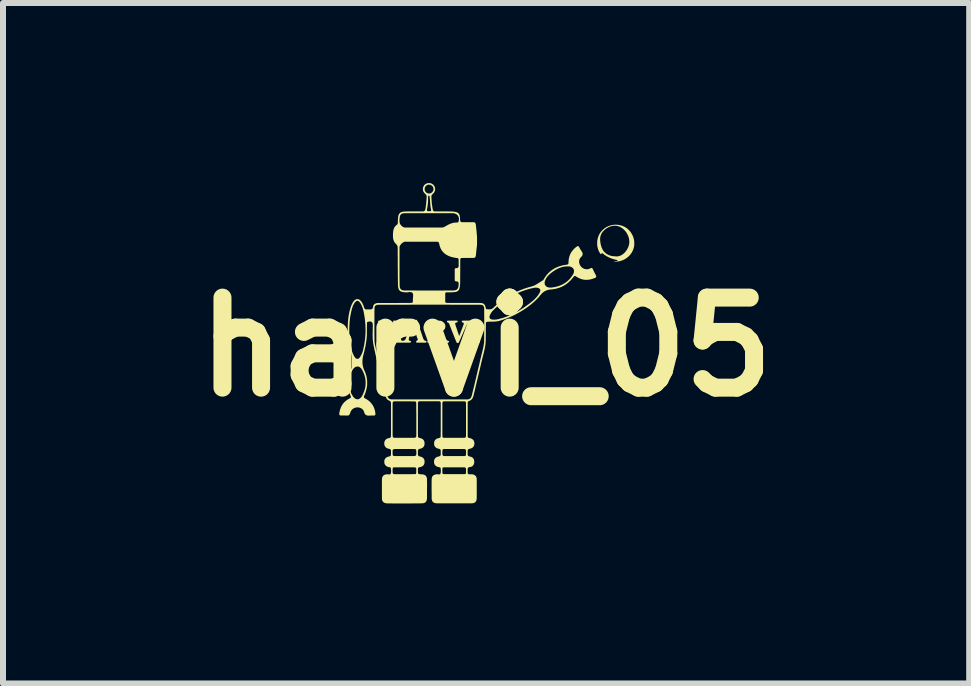
<source format=kicad_pcb>
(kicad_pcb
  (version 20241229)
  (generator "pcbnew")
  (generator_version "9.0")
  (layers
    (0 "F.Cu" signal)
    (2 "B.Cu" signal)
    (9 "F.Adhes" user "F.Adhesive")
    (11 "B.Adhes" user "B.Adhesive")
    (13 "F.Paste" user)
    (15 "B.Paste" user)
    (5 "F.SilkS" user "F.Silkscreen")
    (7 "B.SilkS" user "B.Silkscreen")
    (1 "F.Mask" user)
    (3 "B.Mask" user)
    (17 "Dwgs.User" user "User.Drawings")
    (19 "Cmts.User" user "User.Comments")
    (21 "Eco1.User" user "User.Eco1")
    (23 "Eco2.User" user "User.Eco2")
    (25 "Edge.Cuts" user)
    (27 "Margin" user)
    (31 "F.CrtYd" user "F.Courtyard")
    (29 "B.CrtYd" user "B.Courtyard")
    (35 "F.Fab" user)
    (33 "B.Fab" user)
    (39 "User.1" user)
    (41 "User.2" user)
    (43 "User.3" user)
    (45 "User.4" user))
  (footprint "harvi_05"
    (layer "F.Cu")
    (at 5.05 2.731)
    (property "Reference" "harvi_05" (at 0 0 0) (layer "F.SilkS") (effects (font (size 1.5 1.5) (thickness 0.3))))
    (attr board_only exclude_from_pos_files exclude_from_bom)
    (fp_poly (pts (xy 2.164 -2.037) (xy 2.174 -2.036) (xy 2.184 -2.036) (xy 2.192 -2.035) (xy 2.196 -2.035) (xy 2.221 -2.031) (xy 2.245 -2.025) (xy 2.269 -2.018) (xy 2.291 -2.009) (xy 2.312 -1.998) (xy 2.333 -1.986) (xy 2.352 -1.972) (xy 2.353 -1.971) (xy 2.358 -1.967) (xy 2.364 -1.961) (xy 2.371 -1.955) (xy 2.377 -1.949) (xy 2.384 -1.942) (xy 2.389 -1.936) (xy 2.394 -1.931) (xy 2.395 -1.93) (xy 2.41 -1.911) (xy 2.423 -1.89) (xy 2.435 -1.869) (xy 2.446 -1.846) (xy 2.454 -1.823) (xy 2.461 -1.8) (xy 2.463 -1.789) (xy 2.465 -1.78) (xy 2.466 -1.772) (xy 2.467 -1.765) (xy 2.468 -1.757) (xy 2.469 -1.749) (xy 2.469 -1.74) (xy 2.469 -1.73) (xy 2.469 -1.726) (xy 2.469 -1.715) (xy 2.469 -1.707) (xy 2.468 -1.699) (xy 2.468 -1.692) (xy 2.467 -1.685) (xy 2.466 -1.678) (xy 2.465 -1.671) (xy 2.464 -1.666) (xy 2.458 -1.643) (xy 2.45 -1.621) (xy 2.441 -1.599) (xy 2.43 -1.578) (xy 2.417 -1.558) (xy 2.403 -1.539) (xy 2.387 -1.521) (xy 2.385 -1.519) (xy 2.367 -1.502) (xy 2.348 -1.486) (xy 2.328 -1.472) (xy 2.307 -1.46) (xy 2.285 -1.449) (xy 2.263 -1.44) (xy 2.24 -1.433) (xy 2.217 -1.427) (xy 2.193 -1.424) (xy 2.169 -1.422) (xy 2.156 -1.422) (xy 2.15 -1.422) (xy 2.144 -1.422) (xy 2.138 -1.422) (xy 2.134 -1.423) (xy 2.134 -1.423) (xy 2.13 -1.423) (xy 2.127 -1.423) (xy 2.125 -1.424) (xy 2.125 -1.424) (xy 2.125 -1.424) (xy 2.127 -1.425) (xy 2.13 -1.426) (xy 2.134 -1.427) (xy 2.139 -1.428) (xy 2.142 -1.428) (xy 2.145 -1.429) (xy 2.15 -1.429) (xy 2.156 -1.43) (xy 2.161 -1.43) (xy 2.166 -1.43) (xy 2.172 -1.431) (xy 2.176 -1.431) (xy 2.179 -1.432) (xy 2.183 -1.433) (xy 2.187 -1.435) (xy 2.19 -1.436) (xy 2.192 -1.437) (xy 2.192 -1.438) (xy 2.192 -1.439) (xy 2.19 -1.441) (xy 2.188 -1.443) (xy 2.185 -1.446) (xy 2.18 -1.448) (xy 2.175 -1.45) (xy 2.168 -1.452) (xy 2.165 -1.452) (xy 2.155 -1.455) (xy 2.144 -1.457) (xy 2.132 -1.461) (xy 2.119 -1.464) (xy 2.106 -1.468) (xy 2.094 -1.472) (xy 2.082 -1.477) (xy 2.076 -1.479) (xy 2.061 -1.485) (xy 2.046 -1.492) (xy 2.031 -1.5) (xy 2.016 -1.508) (xy 2.001 -1.516) (xy 1.988 -1.525) (xy 1.975 -1.533) (xy 1.964 -1.541) (xy 1.954 -1.549) (xy 1.949 -1.554) (xy 1.944 -1.558) (xy 1.94 -1.561) (xy 1.936 -1.563) (xy 1.933 -1.564) (xy 1.93 -1.563) (xy 1.928 -1.561) (xy 1.927 -1.56) (xy 1.925 -1.558) (xy 1.923 -1.554) (xy 1.921 -1.551) (xy 1.919 -1.547) (xy 1.918 -1.545) (xy 1.917 -1.544) (xy 1.916 -1.544) (xy 1.913 -1.545) (xy 1.91 -1.547) (xy 1.907 -1.551) (xy 1.903 -1.556) (xy 1.898 -1.562) (xy 1.894 -1.569) (xy 1.889 -1.576) (xy 1.885 -1.584) (xy 1.882 -1.589) (xy 1.873 -1.608) (xy 1.866 -1.628) (xy 1.86 -1.649) (xy 1.855 -1.671) (xy 1.852 -1.688) (xy 1.852 -1.693) (xy 1.851 -1.701) (xy 1.851 -1.709) (xy 1.851 -1.718) (xy 1.851 -1.727) (xy 1.851 -1.736) (xy 1.851 -1.745) (xy 1.851 -1.753) (xy 1.851 -1.76) (xy 1.852 -1.765) (xy 1.856 -1.79) (xy 1.857 -1.796) (xy 1.9 -1.796) (xy 1.9 -1.781) (xy 1.901 -1.765) (xy 1.903 -1.753) (xy 1.906 -1.728) (xy 1.911 -1.704) (xy 1.917 -1.681) (xy 1.924 -1.66) (xy 1.933 -1.64) (xy 1.942 -1.621) (xy 1.953 -1.604) (xy 1.965 -1.588) (xy 1.979 -1.574) (xy 1.989 -1.565) (xy 2.005 -1.552) (xy 2.022 -1.542) (xy 2.041 -1.532) (xy 2.06 -1.525) (xy 2.072 -1.521) (xy 2.083 -1.518) (xy 2.094 -1.516) (xy 2.105 -1.514) (xy 2.117 -1.513) (xy 2.129 -1.511) (xy 2.141 -1.511) (xy 2.147 -1.51) (xy 2.153 -1.51) (xy 2.158 -1.51) (xy 2.162 -1.509) (xy 2.164 -1.509) (xy 2.172 -1.508) (xy 2.179 -1.508) (xy 2.188 -1.509) (xy 2.19 -1.509) (xy 2.207 -1.512) (xy 2.223 -1.516) (xy 2.239 -1.522) (xy 2.255 -1.53) (xy 2.268 -1.538) (xy 2.277 -1.544) (xy 2.286 -1.551) (xy 2.294 -1.558) (xy 2.303 -1.566) (xy 2.31 -1.573) (xy 2.324 -1.589) (xy 2.337 -1.606) (xy 2.348 -1.623) (xy 2.358 -1.642) (xy 2.367 -1.66) (xy 2.374 -1.679) (xy 2.38 -1.699) (xy 2.384 -1.718) (xy 2.386 -1.737) (xy 2.387 -1.756) (xy 2.386 -1.769) (xy 2.383 -1.792) (xy 2.378 -1.815) (xy 2.372 -1.837) (xy 2.363 -1.859) (xy 2.352 -1.881) (xy 2.34 -1.902) (xy 2.338 -1.905) (xy 2.325 -1.923) (xy 2.311 -1.94) (xy 2.296 -1.955) (xy 2.28 -1.969) (xy 2.264 -1.981) (xy 2.247 -1.992) (xy 2.23 -2.001) (xy 2.212 -2.008) (xy 2.193 -2.014) (xy 2.175 -2.018) (xy 2.156 -2.02) (xy 2.138 -2.02) (xy 2.131 -2.02) (xy 2.111 -2.017) (xy 2.091 -2.013) (xy 2.071 -2.007) (xy 2.052 -2) (xy 2.033 -1.991) (xy 2.015 -1.981) (xy 1.998 -1.97) (xy 1.982 -1.958) (xy 1.967 -1.944) (xy 1.953 -1.93) (xy 1.94 -1.914) (xy 1.929 -1.898) (xy 1.919 -1.881) (xy 1.912 -1.864) (xy 1.909 -1.855) (xy 1.905 -1.844) (xy 1.903 -1.833) (xy 1.901 -1.821) (xy 1.9 -1.809) (xy 1.9 -1.796) (xy 1.857 -1.796) (xy 1.861 -1.813) (xy 1.868 -1.835) (xy 1.876 -1.856) (xy 1.886 -1.876) (xy 1.897 -1.895) (xy 1.909 -1.913) (xy 1.913 -1.918) (xy 1.93 -1.937) (xy 1.948 -1.955) (xy 1.966 -1.971) (xy 1.986 -1.985) (xy 2.007 -1.998) (xy 2.029 -2.009) (xy 2.052 -2.018) (xy 2.075 -2.025) (xy 2.099 -2.031) (xy 2.125 -2.035) (xy 2.127 -2.035) (xy 2.135 -2.036) (xy 2.144 -2.036) (xy 2.154 -2.037)) (stroke (width 0) (type solid)) (fill yes) (layer "F.SilkS"))
    (fp_poly (pts (xy -0.86 -0.44) (xy -0.849 -0.44) (xy -0.839 -0.44) (xy -0.83 -0.44) (xy -0.822 -0.439) (xy -0.815 -0.439) (xy -0.814 -0.439) (xy -0.802 -0.439) (xy -0.791 -0.438) (xy -0.782 -0.438) (xy -0.774 -0.437) (xy -0.767 -0.437) (xy -0.761 -0.436) (xy -0.756 -0.435) (xy -0.752 -0.434) (xy -0.748 -0.433) (xy -0.743 -0.431) (xy -0.739 -0.429) (xy -0.738 -0.428) (xy -0.726 -0.422) (xy -0.716 -0.415) (xy -0.707 -0.407) (xy -0.7 -0.399) (xy -0.694 -0.392) (xy -0.689 -0.384) (xy -0.686 -0.378) (xy -0.682 -0.368) (xy -0.68 -0.357) (xy -0.679 -0.345) (xy -0.679 -0.333) (xy -0.681 -0.322) (xy -0.683 -0.314) (xy -0.687 -0.305) (xy -0.691 -0.297) (xy -0.698 -0.288) (xy -0.701 -0.285) (xy -0.708 -0.278) (xy -0.715 -0.272) (xy -0.723 -0.266) (xy -0.733 -0.26) (xy -0.739 -0.256) (xy -0.753 -0.248) (xy -0.733 -0.218) (xy -0.727 -0.208) (xy -0.72 -0.198) (xy -0.713 -0.188) (xy -0.706 -0.178) (xy -0.7 -0.168) (xy -0.693 -0.159) (xy -0.687 -0.151) (xy -0.682 -0.143) (xy -0.677 -0.136) (xy -0.674 -0.131) (xy -0.67 -0.127) (xy -0.669 -0.125) (xy -0.661 -0.117) (xy -0.654 -0.111) (xy -0.645 -0.106) (xy -0.636 -0.103) (xy -0.634 -0.102) (xy -0.63 -0.101) (xy -0.627 -0.1) (xy -0.625 -0.099) (xy -0.625 -0.099) (xy -0.622 -0.096) (xy -0.619 -0.093) (xy -0.618 -0.088) (xy -0.618 -0.084) (xy -0.62 -0.079) (xy -0.622 -0.076) (xy -0.624 -0.074) (xy -0.627 -0.073) (xy -0.63 -0.072) (xy -0.635 -0.071) (xy -0.641 -0.07) (xy -0.647 -0.069) (xy -0.654 -0.068) (xy -0.661 -0.067) (xy -0.666 -0.067) (xy -0.673 -0.066) (xy -0.681 -0.066) (xy -0.688 -0.066) (xy -0.696 -0.066) (xy -0.702 -0.067) (xy -0.706 -0.067) (xy -0.711 -0.068) (xy -0.716 -0.07) (xy -0.721 -0.071) (xy -0.726 -0.074) (xy -0.728 -0.075) (xy -0.733 -0.078) (xy -0.738 -0.081) (xy -0.743 -0.085) (xy -0.748 -0.09) (xy -0.753 -0.096) (xy -0.759 -0.102) (xy -0.764 -0.11) (xy -0.77 -0.119) (xy -0.776 -0.129) (xy -0.783 -0.141) (xy -0.791 -0.154) (xy -0.793 -0.157) (xy -0.799 -0.169) (xy -0.805 -0.18) (xy -0.81 -0.189) (xy -0.815 -0.197) (xy -0.819 -0.203) (xy -0.822 -0.208) (xy -0.825 -0.213) (xy -0.828 -0.216) (xy -0.83 -0.219) (xy -0.832 -0.221) (xy -0.834 -0.222) (xy -0.836 -0.223) (xy -0.837 -0.224) (xy -0.843 -0.225) (xy -0.848 -0.225) (xy -0.853 -0.222) (xy -0.857 -0.219) (xy -0.858 -0.217) (xy -0.859 -0.214) (xy -0.86 -0.212) (xy -0.86 -0.208) (xy -0.86 -0.206) (xy -0.86 -0.199) (xy -0.859 -0.19) (xy -0.86 -0.181) (xy -0.86 -0.171) (xy -0.86 -0.161) (xy -0.86 -0.153) (xy -0.861 -0.146) (xy -0.861 -0.14) (xy -0.86 -0.135) (xy -0.86 -0.131) (xy -0.859 -0.127) (xy -0.857 -0.123) (xy -0.856 -0.121) (xy -0.852 -0.115) (xy -0.847 -0.109) (xy -0.841 -0.104) (xy -0.834 -0.1) (xy -0.834 -0.099) (xy -0.828 -0.096) (xy -0.825 -0.094) (xy -0.823 -0.091) (xy -0.822 -0.088) (xy -0.822 -0.086) (xy -0.823 -0.081) (xy -0.826 -0.077) (xy -0.83 -0.074) (xy -0.831 -0.074) (xy -0.833 -0.073) (xy -0.834 -0.073) (xy -0.837 -0.072) (xy -0.84 -0.072) (xy -0.844 -0.072) (xy -0.85 -0.072) (xy -0.857 -0.071) (xy -0.859 -0.071) (xy -0.866 -0.071) (xy -0.875 -0.071) (xy -0.884 -0.071) (xy -0.894 -0.071) (xy -0.905 -0.071) (xy -0.916 -0.071) (xy -0.926 -0.071) (xy -0.927 -0.071) (xy -0.938 -0.071) (xy -0.947 -0.072) (xy -0.954 -0.072) (xy -0.96 -0.072) (xy -0.965 -0.072) (xy -0.969 -0.073) (xy -0.971 -0.073) (xy -0.973 -0.074) (xy -0.975 -0.075) (xy -0.976 -0.076) (xy -0.977 -0.077) (xy -0.978 -0.078) (xy -0.979 -0.082) (xy -0.98 -0.087) (xy -0.979 -0.091) (xy -0.978 -0.095) (xy -0.977 -0.097) (xy -0.975 -0.098) (xy -0.971 -0.1) (xy -0.967 -0.102) (xy -0.963 -0.103) (xy -0.958 -0.104) (xy -0.955 -0.106) (xy -0.952 -0.109) (xy -0.951 -0.11) (xy -0.95 -0.111) (xy -0.949 -0.112) (xy -0.948 -0.113) (xy -0.947 -0.114) (xy -0.946 -0.115) (xy -0.945 -0.116) (xy -0.945 -0.118) (xy -0.944 -0.12) (xy -0.944 -0.123) (xy -0.944 -0.127) (xy -0.943 -0.131) (xy -0.943 -0.136) (xy -0.943 -0.142) (xy -0.943 -0.149) (xy -0.943 -0.158) (xy -0.943 -0.167) (xy -0.943 -0.179) (xy -0.942 -0.191) (xy -0.942 -0.205) (xy -0.942 -0.221) (xy -0.942 -0.239) (xy -0.942 -0.249) (xy -0.942 -0.27) (xy -0.942 -0.289) (xy -0.942 -0.306) (xy -0.942 -0.322) (xy -0.942 -0.326) (xy -0.86 -0.326) (xy -0.86 -0.317) (xy -0.86 -0.308) (xy -0.86 -0.3) (xy -0.86 -0.292) (xy -0.86 -0.285) (xy -0.859 -0.28) (xy -0.859 -0.276) (xy -0.859 -0.274) (xy -0.859 -0.274) (xy -0.857 -0.27) (xy -0.854 -0.266) (xy -0.851 -0.263) (xy -0.849 -0.262) (xy -0.846 -0.261) (xy -0.842 -0.261) (xy -0.839 -0.261) (xy -0.834 -0.262) (xy -0.833 -0.263) (xy -0.821 -0.267) (xy -0.81 -0.272) (xy -0.801 -0.279) (xy -0.792 -0.287) (xy -0.785 -0.296) (xy -0.779 -0.306) (xy -0.775 -0.317) (xy -0.772 -0.328) (xy -0.771 -0.339) (xy -0.771 -0.35) (xy -0.774 -0.361) (xy -0.777 -0.371) (xy -0.782 -0.381) (xy -0.788 -0.389) (xy -0.795 -0.396) (xy -0.803 -0.401) (xy -0.811 -0.404) (xy -0.82 -0.406) (xy -0.829 -0.407) (xy -0.838 -0.406) (xy -0.841 -0.405) (xy -0.847 -0.403) (xy -0.852 -0.4) (xy -0.856 -0.395) (xy -0.858 -0.389) (xy -0.859 -0.387) (xy -0.859 -0.385) (xy -0.859 -0.381) (xy -0.859 -0.376) (xy -0.86 -0.37) (xy -0.86 -0.362) (xy -0.86 -0.354) (xy -0.86 -0.345) (xy -0.86 -0.336) (xy -0.86 -0.326) (xy -0.942 -0.326) (xy -0.942 -0.336) (xy -0.942 -0.348) (xy -0.943 -0.358) (xy -0.943 -0.366) (xy -0.943 -0.373) (xy -0.943 -0.377) (xy -0.943 -0.38) (xy -0.943 -0.38) (xy -0.945 -0.388) (xy -0.947 -0.394) (xy -0.951 -0.4) (xy -0.957 -0.404) (xy -0.963 -0.407) (xy -0.968 -0.409) (xy -0.974 -0.412) (xy -0.977 -0.415) (xy -0.979 -0.42) (xy -0.98 -0.425) (xy -0.979 -0.428) (xy -0.977 -0.433) (xy -0.974 -0.436) (xy -0.97 -0.438) (xy -0.968 -0.438) (xy -0.964 -0.439) (xy -0.959 -0.439) (xy -0.952 -0.439) (xy -0.945 -0.439) (xy -0.936 -0.439) (xy -0.926 -0.439) (xy -0.915 -0.44) (xy -0.904 -0.44) (xy -0.893 -0.44) (xy -0.882 -0.44) (xy -0.871 -0.44)) (stroke (width 0) (type solid)) (fill yes) (layer "F.SilkS"))
    (fp_poly (pts (xy -0.238 -0.439) (xy -0.22 -0.439) (xy -0.204 -0.439) (xy -0.191 -0.439) (xy -0.178 -0.439) (xy -0.167 -0.439) (xy -0.158 -0.439) (xy -0.149 -0.439) (xy -0.142 -0.439) (xy -0.136 -0.438) (xy -0.131 -0.438) (xy -0.127 -0.438) (xy -0.124 -0.438) (xy -0.121 -0.438) (xy -0.119 -0.438) (xy -0.118 -0.438) (xy -0.117 -0.438) (xy -0.116 -0.437) (xy -0.115 -0.437) (xy -0.115 -0.437) (xy -0.112 -0.434) (xy -0.109 -0.43) (xy -0.108 -0.425) (xy -0.108 -0.421) (xy -0.109 -0.416) (xy -0.111 -0.414) (xy -0.112 -0.413) (xy -0.115 -0.412) (xy -0.117 -0.411) (xy -0.125 -0.408) (xy -0.131 -0.403) (xy -0.136 -0.398) (xy -0.14 -0.392) (xy -0.141 -0.39) (xy -0.141 -0.389) (xy -0.142 -0.388) (xy -0.142 -0.386) (xy -0.142 -0.385) (xy -0.143 -0.383) (xy -0.143 -0.381) (xy -0.143 -0.378) (xy -0.144 -0.374) (xy -0.144 -0.37) (xy -0.144 -0.365) (xy -0.145 -0.359) (xy -0.145 -0.352) (xy -0.145 -0.343) (xy -0.145 -0.333) (xy -0.146 -0.322) (xy -0.146 -0.309) (xy -0.146 -0.295) (xy -0.147 -0.278) (xy -0.147 -0.269) (xy -0.147 -0.252) (xy -0.147 -0.235) (xy -0.147 -0.219) (xy -0.147 -0.204) (xy -0.146 -0.189) (xy -0.145 -0.176) (xy -0.145 -0.166) (xy -0.144 -0.157) (xy -0.143 -0.149) (xy -0.142 -0.14) (xy -0.14 -0.133) (xy -0.139 -0.126) (xy -0.138 -0.121) (xy -0.138 -0.119) (xy -0.135 -0.113) (xy -0.132 -0.108) (xy -0.127 -0.105) (xy -0.12 -0.102) (xy -0.119 -0.102) (xy -0.113 -0.1) (xy -0.108 -0.097) (xy -0.105 -0.093) (xy -0.104 -0.089) (xy -0.104 -0.086) (xy -0.105 -0.08) (xy -0.107 -0.076) (xy -0.111 -0.073) (xy -0.111 -0.073) (xy -0.112 -0.073) (xy -0.113 -0.072) (xy -0.114 -0.072) (xy -0.116 -0.072) (xy -0.118 -0.072) (xy -0.121 -0.071) (xy -0.124 -0.071) (xy -0.129 -0.071) (xy -0.134 -0.071) (xy -0.141 -0.071) (xy -0.149 -0.071) (xy -0.159 -0.071) (xy -0.17 -0.071) (xy -0.183 -0.071) (xy -0.189 -0.071) (xy -0.203 -0.071) (xy -0.215 -0.071) (xy -0.225 -0.071) (xy -0.234 -0.071) (xy -0.242 -0.071) (xy -0.248 -0.071) (xy -0.253 -0.071) (xy -0.257 -0.072) (xy -0.26 -0.072) (xy -0.262 -0.072) (xy -0.264 -0.072) (xy -0.265 -0.072) (xy -0.266 -0.073) (xy -0.267 -0.073) (xy -0.267 -0.073) (xy -0.271 -0.076) (xy -0.273 -0.08) (xy -0.274 -0.084) (xy -0.274 -0.089) (xy -0.273 -0.093) (xy -0.27 -0.097) (xy -0.267 -0.099) (xy -0.262 -0.101) (xy -0.26 -0.101) (xy -0.253 -0.103) (xy -0.247 -0.106) (xy -0.242 -0.11) (xy -0.239 -0.116) (xy -0.237 -0.122) (xy -0.237 -0.124) (xy -0.237 -0.127) (xy -0.237 -0.132) (xy -0.237 -0.139) (xy -0.237 -0.148) (xy -0.237 -0.159) (xy -0.236 -0.171) (xy -0.236 -0.185) (xy -0.236 -0.201) (xy -0.236 -0.219) (xy -0.236 -0.239) (xy -0.236 -0.26) (xy -0.236 -0.279) (xy -0.236 -0.296) (xy -0.236 -0.311) (xy -0.236 -0.325) (xy -0.236 -0.337) (xy -0.236 -0.348) (xy -0.236 -0.357) (xy -0.236 -0.365) (xy -0.236 -0.372) (xy -0.236 -0.378) (xy -0.237 -0.382) (xy -0.237 -0.386) (xy -0.237 -0.39) (xy -0.237 -0.392) (xy -0.238 -0.394) (xy -0.238 -0.396) (xy -0.238 -0.397) (xy -0.239 -0.397) (xy -0.24 -0.398) (xy -0.24 -0.399) (xy -0.241 -0.399) (xy -0.241 -0.4) (xy -0.244 -0.402) (xy -0.248 -0.404) (xy -0.253 -0.405) (xy -0.258 -0.406) (xy -0.269 -0.408) (xy -0.279 -0.407) (xy -0.288 -0.406) (xy -0.295 -0.403) (xy -0.3 -0.4) (xy -0.305 -0.395) (xy -0.31 -0.39) (xy -0.314 -0.383) (xy -0.316 -0.381) (xy -0.318 -0.377) (xy -0.32 -0.373) (xy -0.322 -0.37) (xy -0.324 -0.366) (xy -0.326 -0.361) (xy -0.329 -0.357) (xy -0.331 -0.351) (xy -0.334 -0.345) (xy -0.337 -0.339) (xy -0.34 -0.331) (xy -0.344 -0.323) (xy -0.349 -0.313) (xy -0.353 -0.302) (xy -0.359 -0.29) (xy -0.365 -0.277) (xy -0.371 -0.262) (xy -0.379 -0.246) (xy -0.383 -0.235) (xy -0.392 -0.215) (xy -0.4 -0.197) (xy -0.407 -0.181) (xy -0.414 -0.166) (xy -0.419 -0.153) (xy -0.425 -0.141) (xy -0.429 -0.13) (xy -0.433 -0.121) (xy -0.437 -0.113) (xy -0.44 -0.106) (xy -0.443 -0.1) (xy -0.445 -0.095) (xy -0.447 -0.091) (xy -0.448 -0.088) (xy -0.449 -0.085) (xy -0.45 -0.084) (xy -0.45 -0.083) (xy -0.454 -0.076) (xy -0.458 -0.071) (xy -0.463 -0.067) (xy -0.468 -0.065) (xy -0.473 -0.065) (xy -0.478 -0.065) (xy -0.482 -0.066) (xy -0.483 -0.067) (xy -0.488 -0.07) (xy -0.492 -0.074) (xy -0.494 -0.078) (xy -0.495 -0.08) (xy -0.496 -0.083) (xy -0.498 -0.089) (xy -0.501 -0.095) (xy -0.504 -0.103) (xy -0.508 -0.112) (xy -0.512 -0.122) (xy -0.516 -0.133) (xy -0.521 -0.145) (xy -0.526 -0.157) (xy -0.531 -0.171) (xy -0.537 -0.184) (xy -0.542 -0.198) (xy -0.548 -0.213) (xy -0.553 -0.227) (xy -0.559 -0.241) (xy -0.565 -0.255) (xy -0.57 -0.269) (xy -0.576 -0.283) (xy -0.581 -0.296) (xy -0.585 -0.308) (xy -0.59 -0.32) (xy -0.594 -0.33) (xy -0.598 -0.34) (xy -0.601 -0.349) (xy -0.604 -0.356) (xy -0.606 -0.362) (xy -0.608 -0.366) (xy -0.609 -0.368) (xy -0.611 -0.374) (xy -0.613 -0.379) (xy -0.615 -0.384) (xy -0.616 -0.388) (xy -0.617 -0.389) (xy -0.623 -0.396) (xy -0.629 -0.402) (xy -0.637 -0.407) (xy -0.642 -0.409) (xy -0.645 -0.41) (xy -0.648 -0.412) (xy -0.649 -0.413) (xy -0.65 -0.415) (xy -0.651 -0.417) (xy -0.652 -0.419) (xy -0.652 -0.423) (xy -0.652 -0.427) (xy -0.652 -0.429) (xy -0.651 -0.431) (xy -0.65 -0.433) (xy -0.649 -0.434) (xy -0.649 -0.434) (xy -0.648 -0.435) (xy -0.647 -0.436) (xy -0.645 -0.436) (xy -0.644 -0.437) (xy -0.641 -0.437) (xy -0.638 -0.438) (xy -0.634 -0.438) (xy -0.629 -0.438) (xy -0.623 -0.438) (xy -0.616 -0.438) (xy -0.608 -0.438) (xy -0.598 -0.438) (xy -0.586 -0.438) (xy -0.572 -0.438) (xy -0.563 -0.438) (xy -0.549 -0.438) (xy -0.536 -0.438) (xy -0.525 -0.439) (xy -0.516 -0.439) (xy -0.508 -0.438) (xy -0.502 -0.438) (xy -0.496 -0.438) (xy -0.492 -0.438) (xy -0.488 -0.438) (xy -0.486 -0.438) (xy -0.484 -0.438) (xy -0.483 -0.438) (xy -0.482 -0.437) (xy -0.481 -0.437) (xy -0.481 -0.437) (xy -0.477 -0.434) (xy -0.474 -0.431) (xy -0.474 -0.426) (xy -0.474 -0.425) (xy -0.474 -0.419) (xy -0.476 -0.415) (xy -0.479 -0.412) (xy -0.483 -0.409) (xy -0.49 -0.408) (xy -0.491 -0.408) (xy -0.499 -0.406) (xy -0.506 -0.404) (xy -0.51 -0.401) (xy -0.512 -0.398) (xy -0.514 -0.396) (xy -0.515 -0.393) (xy -0.515 -0.39) (xy -0.515 -0.386) (xy -0.515 -0.385) (xy -0.515 -0.384) (xy -0.515 -0.382) (xy -0.515 -0.381) (xy -0.514 -0.378) (xy -0.513 -0.376) (xy -0.512 -0.373) (xy -0.511 -0.369) (xy -0.51 -0.364) (xy -0.508 -0.358) (xy -0.506 -0.351) (xy -0.503 -0.343) (xy -0.5 -0.334) (xy -0.496 -0.323) (xy -0.492 -0.311) (xy -0.488 -0.297) (xy -0.482 -0.281) (xy -0.482 -0.28) (xy -0.477 -0.264) (xy -0.472 -0.249) (xy -0.467 -0.235) (xy -0.463 -0.223) (xy -0.459 -0.213) (xy -0.456 -0.203) (xy -0.453 -0.196) (xy -0.451 -0.19) (xy -0.449 -0.185) (xy -0.448 -0.183) (xy -0.448 -0.182) (xy -0.448 -0.182) (xy -0.448 -0.182) (xy -0.447 -0.183) (xy -0.447 -0.185) (xy -0.446 -0.187) (xy -0.445 -0.19) (xy -0.443 -0.194) (xy -0.441 -0.199) (xy -0.439 -0.204) (xy -0.436 -0.211) (xy -0.433 -0.219) (xy -0.43 -0.228) (xy -0.426 -0.239) (xy -0.422 -0.25) (xy -0.417 -0.263) (xy -0.411 -0.278) (xy -0.405 -0.294) (xy -0.398 -0.311) (xy -0.391 -0.331) (xy -0.383 -0.352) (xy -0.38 -0.36) (xy -0.378 -0.366) (xy -0.376 -0.372) (xy -0.374 -0.377) (xy -0.373 -0.381) (xy -0.372 -0.384) (xy -0.372 -0.391) (xy -0.373 -0.396) (xy -0.376 -0.401) (xy -0.381 -0.404) (xy -0.387 -0.407) (xy -0.393 -0.409) (xy -0.399 -0.411) (xy -0.402 -0.414) (xy -0.405 -0.417) (xy -0.406 -0.422) (xy -0.405 -0.428) (xy -0.404 -0.432) (xy -0.4 -0.436) (xy -0.399 -0.437) (xy -0.399 -0.437) (xy -0.398 -0.437) (xy -0.397 -0.437) (xy -0.396 -0.438) (xy -0.395 -0.438) (xy -0.393 -0.438) (xy -0.391 -0.438) (xy -0.388 -0.438) (xy -0.384 -0.438) (xy -0.379 -0.438) (xy -0.374 -0.439) (xy -0.367 -0.439) (xy -0.36 -0.439) (xy -0.351 -0.439) (xy -0.34 -0.439) (xy -0.329 -0.439) (xy -0.316 -0.439) (xy -0.301 -0.439) (xy -0.284 -0.439) (xy -0.266 -0.439) (xy -0.257 -0.439)) (stroke (width 0) (type solid)) (fill yes) (layer "F.SilkS"))
    (fp_poly (pts (xy -1.159 -0.452) (xy -1.156 -0.45) (xy -1.154 -0.448) (xy -1.151 -0.445) (xy -1.149 -0.44) (xy -1.147 -0.434) (xy -1.146 -0.428) (xy -1.144 -0.423) (xy -1.143 -0.418) (xy -1.14 -0.411) (xy -1.138 -0.403) (xy -1.135 -0.396) (xy -1.133 -0.388) (xy -1.132 -0.387) (xy -1.129 -0.379) (xy -1.127 -0.37) (xy -1.124 -0.362) (xy -1.121 -0.354) (xy -1.119 -0.347) (xy -1.117 -0.342) (xy -1.117 -0.342) (xy -1.116 -0.338) (xy -1.114 -0.333) (xy -1.112 -0.327) (xy -1.109 -0.319) (xy -1.106 -0.31) (xy -1.102 -0.299) (xy -1.098 -0.288) (xy -1.094 -0.276) (xy -1.09 -0.264) (xy -1.086 -0.251) (xy -1.081 -0.238) (xy -1.08 -0.233) (xy -1.075 -0.22) (xy -1.071 -0.208) (xy -1.067 -0.196) (xy -1.063 -0.185) (xy -1.059 -0.174) (xy -1.056 -0.165) (xy -1.053 -0.156) (xy -1.051 -0.149) (xy -1.049 -0.144) (xy -1.047 -0.139) (xy -1.046 -0.137) (xy -1.046 -0.136) (xy -1.042 -0.127) (xy -1.036 -0.119) (xy -1.031 -0.112) (xy -1.024 -0.107) (xy -1.016 -0.104) (xy -1.01 -0.102) (xy -1.004 -0.1) (xy -0.999 -0.098) (xy -0.996 -0.096) (xy -0.994 -0.092) (xy -0.994 -0.088) (xy -0.994 -0.086) (xy -0.994 -0.081) (xy -0.996 -0.077) (xy -1 -0.074) (xy -1.001 -0.073) (xy -1.002 -0.073) (xy -1.003 -0.072) (xy -1.003 -0.072) (xy -1.005 -0.072) (xy -1.007 -0.072) (xy -1.009 -0.072) (xy -1.012 -0.071) (xy -1.017 -0.071) (xy -1.022 -0.071) (xy -1.028 -0.071) (xy -1.036 -0.071) (xy -1.045 -0.071) (xy -1.056 -0.071) (xy -1.068 -0.071) (xy -1.08 -0.071) (xy -1.155 -0.071) (xy -1.16 -0.073) (xy -1.163 -0.076) (xy -1.166 -0.08) (xy -1.167 -0.085) (xy -1.167 -0.086) (xy -1.166 -0.091) (xy -1.164 -0.095) (xy -1.16 -0.099) (xy -1.158 -0.1) (xy -1.151 -0.106) (xy -1.145 -0.112) (xy -1.141 -0.118) (xy -1.14 -0.124) (xy -1.139 -0.13) (xy -1.14 -0.135) (xy -1.141 -0.137) (xy -1.143 -0.141) (xy -1.145 -0.145) (xy -1.147 -0.15) (xy -1.149 -0.154) (xy -1.151 -0.16) (xy -1.154 -0.165) (xy -1.155 -0.169) (xy -1.156 -0.173) (xy -1.157 -0.177) (xy -1.157 -0.178) (xy -1.158 -0.183) (xy -1.159 -0.187) (xy -1.16 -0.191) (xy -1.161 -0.192) (xy -1.164 -0.197) (xy -1.169 -0.202) (xy -1.176 -0.206) (xy -1.184 -0.209) (xy -1.184 -0.209) (xy -1.188 -0.21) (xy -1.193 -0.21) (xy -1.199 -0.21) (xy -1.206 -0.21) (xy -1.214 -0.21) (xy -1.221 -0.21) (xy -1.228 -0.21) (xy -1.235 -0.209) (xy -1.24 -0.209) (xy -1.242 -0.209) (xy -1.249 -0.207) (xy -1.256 -0.204) (xy -1.261 -0.2) (xy -1.266 -0.196) (xy -1.271 -0.191) (xy -1.274 -0.184) (xy -1.278 -0.176) (xy -1.281 -0.166) (xy -1.284 -0.154) (xy -1.286 -0.145) (xy -1.287 -0.137) (xy -1.288 -0.13) (xy -1.289 -0.125) (xy -1.289 -0.121) (xy -1.289 -0.118) (xy -1.288 -0.115) (xy -1.287 -0.113) (xy -1.285 -0.109) (xy -1.281 -0.106) (xy -1.276 -0.104) (xy -1.27 -0.102) (xy -1.27 -0.102) (xy -1.263 -0.101) (xy -1.258 -0.099) (xy -1.255 -0.096) (xy -1.253 -0.093) (xy -1.252 -0.089) (xy -1.252 -0.087) (xy -1.253 -0.082) (xy -1.255 -0.077) (xy -1.258 -0.073) (xy -1.259 -0.073) (xy -1.259 -0.073) (xy -1.26 -0.073) (xy -1.261 -0.072) (xy -1.262 -0.072) (xy -1.263 -0.072) (xy -1.265 -0.072) (xy -1.268 -0.072) (xy -1.271 -0.072) (xy -1.275 -0.071) (xy -1.279 -0.071) (xy -1.285 -0.071) (xy -1.292 -0.071) (xy -1.3 -0.071) (xy -1.309 -0.071) (xy -1.319 -0.071) (xy -1.331 -0.071) (xy -1.345 -0.071) (xy -1.36 -0.071) (xy -1.377 -0.071) (xy -1.396 -0.071) (xy -1.4 -0.071) (xy -1.421 -0.071) (xy -1.44 -0.071) (xy -1.457 -0.071) (xy -1.473 -0.071) (xy -1.487 -0.071) (xy -1.499 -0.071) (xy -1.509 -0.071) (xy -1.518 -0.071) (xy -1.526 -0.071) (xy -1.532 -0.071) (xy -1.536 -0.071) (xy -1.54 -0.071) (xy -1.541 -0.072) (xy -1.542 -0.072) (xy -1.547 -0.074) (xy -1.551 -0.077) (xy -1.553 -0.082) (xy -1.553 -0.084) (xy -1.554 -0.089) (xy -1.553 -0.093) (xy -1.55 -0.096) (xy -1.546 -0.099) (xy -1.54 -0.101) (xy -1.536 -0.102) (xy -1.53 -0.104) (xy -1.525 -0.107) (xy -1.522 -0.11) (xy -1.519 -0.114) (xy -1.519 -0.114) (xy -1.516 -0.12) (xy -1.516 -0.162) (xy -1.515 -0.175) (xy -1.515 -0.186) (xy -1.515 -0.196) (xy -1.515 -0.204) (xy -1.516 -0.21) (xy -1.516 -0.216) (xy -1.516 -0.221) (xy -1.517 -0.224) (xy -1.518 -0.227) (xy -1.518 -0.23) (xy -1.519 -0.232) (xy -1.519 -0.232) (xy -1.521 -0.236) (xy -1.523 -0.238) (xy -1.526 -0.24) (xy -1.527 -0.24) (xy -1.532 -0.243) (xy -1.59 -0.242) (xy -1.603 -0.242) (xy -1.614 -0.242) (xy -1.625 -0.242) (xy -1.634 -0.242) (xy -1.641 -0.242) (xy -1.647 -0.242) (xy -1.651 -0.241) (xy -1.654 -0.241) (xy -1.654 -0.241) (xy -1.66 -0.239) (xy -1.665 -0.236) (xy -1.669 -0.233) (xy -1.669 -0.232) (xy -1.67 -0.228) (xy -1.671 -0.223) (xy -1.671 -0.217) (xy -1.671 -0.21) (xy -1.67 -0.202) (xy -1.669 -0.194) (xy -1.669 -0.189) (xy -1.668 -0.183) (xy -1.667 -0.175) (xy -1.666 -0.167) (xy -1.666 -0.157) (xy -1.666 -0.152) (xy -1.665 -0.143) (xy -1.665 -0.137) (xy -1.665 -0.131) (xy -1.664 -0.127) (xy -1.663 -0.123) (xy -1.662 -0.119) (xy -1.661 -0.116) (xy -1.659 -0.113) (xy -1.659 -0.112) (xy -1.656 -0.108) (xy -1.652 -0.103) (xy -1.647 -0.098) (xy -1.642 -0.095) (xy -1.642 -0.095) (xy -1.638 -0.092) (xy -1.635 -0.09) (xy -1.634 -0.089) (xy -1.633 -0.087) (xy -1.633 -0.086) (xy -1.634 -0.082) (xy -1.637 -0.078) (xy -1.641 -0.075) (xy -1.643 -0.074) (xy -1.647 -0.071) (xy -1.716 -0.071) (xy -1.727 -0.071) (xy -1.738 -0.071) (xy -1.748 -0.071) (xy -1.758 -0.071) (xy -1.766 -0.071) (xy -1.774 -0.071) (xy -1.78 -0.071) (xy -1.784 -0.071) (xy -1.787 -0.071) (xy -1.788 -0.071) (xy -1.791 -0.072) (xy -1.794 -0.074) (xy -1.795 -0.074) (xy -1.797 -0.077) (xy -1.799 -0.081) (xy -1.8 -0.086) (xy -1.799 -0.09) (xy -1.798 -0.094) (xy -1.796 -0.096) (xy -1.794 -0.098) (xy -1.791 -0.1) (xy -1.787 -0.101) (xy -1.784 -0.101) (xy -1.777 -0.104) (xy -1.771 -0.108) (xy -1.766 -0.113) (xy -1.764 -0.119) (xy -1.763 -0.119) (xy -1.763 -0.121) (xy -1.763 -0.124) (xy -1.763 -0.128) (xy -1.763 -0.133) (xy -1.763 -0.139) (xy -1.763 -0.146) (xy -1.762 -0.154) (xy -1.762 -0.164) (xy -1.762 -0.176) (xy -1.762 -0.189) (xy -1.762 -0.204) (xy -1.762 -0.22) (xy -1.762 -0.239) (xy -1.762 -0.253) (xy -1.762 -0.272) (xy -1.762 -0.289) (xy -1.762 -0.304) (xy -1.762 -0.317) (xy -1.762 -0.329) (xy -1.762 -0.34) (xy -1.762 -0.349) (xy -1.762 -0.357) (xy -1.762 -0.364) (xy -1.762 -0.37) (xy -1.762 -0.374) (xy -1.762 -0.378) (xy -1.762 -0.382) (xy -1.762 -0.384) (xy -1.763 -0.386) (xy -1.763 -0.388) (xy -1.763 -0.389) (xy -1.763 -0.39) (xy -1.766 -0.396) (xy -1.769 -0.401) (xy -1.773 -0.404) (xy -1.78 -0.407) (xy -1.786 -0.408) (xy -1.789 -0.409) (xy -1.793 -0.41) (xy -1.795 -0.411) (xy -1.795 -0.411) (xy -1.797 -0.414) (xy -1.799 -0.418) (xy -1.8 -0.423) (xy -1.8 -0.424) (xy -1.799 -0.429) (xy -1.797 -0.433) (xy -1.794 -0.436) (xy -1.792 -0.437) (xy -1.791 -0.437) (xy -1.79 -0.437) (xy -1.789 -0.438) (xy -1.788 -0.438) (xy -1.786 -0.438) (xy -1.783 -0.438) (xy -1.78 -0.438) (xy -1.776 -0.438) (xy -1.771 -0.438) (xy -1.764 -0.439) (xy -1.756 -0.439) (xy -1.747 -0.439) (xy -1.737 -0.439) (xy -1.724 -0.439) (xy -1.715 -0.439) (xy -1.701 -0.439) (xy -1.689 -0.439) (xy -1.679 -0.439) (xy -1.67 -0.439) (xy -1.663 -0.439) (xy -1.657 -0.439) (xy -1.652 -0.438) (xy -1.648 -0.438) (xy -1.645 -0.438) (xy -1.643 -0.438) (xy -1.641 -0.438) (xy -1.64 -0.438) (xy -1.639 -0.437) (xy -1.638 -0.437) (xy -1.638 -0.437) (xy -1.634 -0.434) (xy -1.631 -0.43) (xy -1.629 -0.425) (xy -1.63 -0.421) (xy -1.631 -0.416) (xy -1.632 -0.415) (xy -1.635 -0.412) (xy -1.639 -0.41) (xy -1.64 -0.409) (xy -1.644 -0.406) (xy -1.648 -0.402) (xy -1.652 -0.397) (xy -1.655 -0.39) (xy -1.658 -0.382) (xy -1.661 -0.374) (xy -1.665 -0.359) (xy -1.668 -0.344) (xy -1.671 -0.329) (xy -1.672 -0.315) (xy -1.672 -0.309) (xy -1.672 -0.301) (xy -1.671 -0.294) (xy -1.669 -0.289) (xy -1.667 -0.285) (xy -1.663 -0.282) (xy -1.659 -0.279) (xy -1.657 -0.278) (xy -1.652 -0.276) (xy -1.593 -0.276) (xy -1.58 -0.276) (xy -1.569 -0.276) (xy -1.56 -0.276) (xy -1.552 -0.276) (xy -1.545 -0.276) (xy -1.54 -0.276) (xy -1.536 -0.277) (xy -1.533 -0.277) (xy -1.53 -0.277) (xy -1.528 -0.278) (xy -1.526 -0.279) (xy -1.525 -0.28) (xy -1.524 -0.28) (xy -1.523 -0.282) (xy -1.522 -0.282) (xy -1.52 -0.286) (xy -1.517 -0.291) (xy -1.516 -0.298) (xy -1.515 -0.307) (xy -1.514 -0.316) (xy -1.514 -0.326) (xy -1.515 -0.337) (xy -1.516 -0.348) (xy -1.518 -0.359) (xy -1.52 -0.37) (xy -1.521 -0.373) (xy -1.523 -0.382) (xy -1.525 -0.389) (xy -1.528 -0.395) (xy -1.531 -0.4) (xy -1.534 -0.404) (xy -1.538 -0.408) (xy -1.54 -0.41) (xy -1.545 -0.413) (xy -1.549 -0.417) (xy -1.55 -0.42) (xy -1.551 -0.424) (xy -1.55 -0.428) (xy -1.548 -0.432) (xy -1.545 -0.436) (xy -1.54 -0.438) (xy -1.538 -0.438) (xy -1.536 -0.438) (xy -1.532 -0.439) (xy -1.527 -0.439) (xy -1.52 -0.439) (xy -1.512 -0.439) (xy -1.501 -0.439) (xy -1.489 -0.439) (xy -1.475 -0.439) (xy -1.466 -0.439) (xy -1.453 -0.439) (xy -1.442 -0.439) (xy -1.432 -0.439) (xy -1.424 -0.439) (xy -1.417 -0.439) (xy -1.412 -0.439) (xy -1.408 -0.438) (xy -1.404 -0.438) (xy -1.402 -0.438) (xy -1.4 -0.438) (xy -1.398 -0.438) (xy -1.397 -0.437) (xy -1.396 -0.437) (xy -1.396 -0.437) (xy -1.392 -0.434) (xy -1.39 -0.43) (xy -1.388 -0.425) (xy -1.388 -0.421) (xy -1.39 -0.416) (xy -1.39 -0.416) (xy -1.393 -0.413) (xy -1.395 -0.411) (xy -1.399 -0.409) (xy -1.405 -0.407) (xy -1.405 -0.407) (xy -1.412 -0.404) (xy -1.417 -0.399) (xy -1.422 -0.393) (xy -1.422 -0.391) (xy -1.425 -0.386) (xy -1.426 -0.32) (xy -1.426 -0.301) (xy -1.426 -0.283) (xy -1.426 -0.266) (xy -1.426 -0.25) (xy -1.426 -0.235) (xy -1.426 -0.221) (xy -1.426 -0.209) (xy -1.426 -0.198) (xy -1.425 -0.189) (xy -1.425 -0.181) (xy -1.425 -0.177) (xy -1.424 -0.169) (xy -1.423 -0.161) (xy -1.422 -0.153) (xy -1.421 -0.145) (xy -1.42 -0.137) (xy -1.419 -0.131) (xy -1.419 -0.126) (xy -1.418 -0.122) (xy -1.418 -0.122) (xy -1.416 -0.116) (xy -1.414 -0.111) (xy -1.41 -0.107) (xy -1.408 -0.106) (xy -1.405 -0.105) (xy -1.403 -0.104) (xy -1.4 -0.104) (xy -1.396 -0.103) (xy -1.391 -0.103) (xy -1.385 -0.103) (xy -1.38 -0.103) (xy -1.375 -0.104) (xy -1.373 -0.104) (xy -1.365 -0.107) (xy -1.358 -0.111) (xy -1.351 -0.116) (xy -1.347 -0.123) (xy -1.346 -0.124) (xy -1.344 -0.129) (xy -1.341 -0.135) (xy -1.337 -0.143) (xy -1.333 -0.153) (xy -1.329 -0.163) (xy -1.324 -0.175) (xy -1.319 -0.187) (xy -1.313 -0.2) (xy -1.308 -0.213) (xy -1.302 -0.226) (xy -1.297 -0.24) (xy -1.292 -0.253) (xy -1.291 -0.254) (xy -1.248 -0.254) (xy -1.247 -0.25) (xy -1.245 -0.248) (xy -1.242 -0.246) (xy -1.237 -0.244) (xy -1.226 -0.242) (xy -1.213 -0.241) (xy -1.201 -0.242) (xy -1.193 -0.243) (xy -1.186 -0.244) (xy -1.181 -0.246) (xy -1.178 -0.248) (xy -1.177 -0.249) (xy -1.177 -0.253) (xy -1.177 -0.257) (xy -1.178 -0.264) (xy -1.179 -0.266) (xy -1.18 -0.27) (xy -1.182 -0.275) (xy -1.184 -0.281) (xy -1.186 -0.288) (xy -1.188 -0.296) (xy -1.19 -0.305) (xy -1.193 -0.313) (xy -1.195 -0.322) (xy -1.198 -0.33) (xy -1.2 -0.338) (xy -1.202 -0.345) (xy -1.204 -0.351) (xy -1.205 -0.356) (xy -1.206 -0.359) (xy -1.206 -0.36) (xy -1.207 -0.362) (xy -1.208 -0.364) (xy -1.208 -0.364) (xy -1.208 -0.363) (xy -1.209 -0.36) (xy -1.211 -0.356) (xy -1.213 -0.351) (xy -1.215 -0.345) (xy -1.218 -0.339) (xy -1.218 -0.337) (xy -1.224 -0.321) (xy -1.23 -0.306) (xy -1.234 -0.294) (xy -1.238 -0.283) (xy -1.242 -0.274) (xy -1.244 -0.267) (xy -1.246 -0.261) (xy -1.247 -0.257) (xy -1.248 -0.254) (xy -1.248 -0.254) (xy -1.291 -0.254) (xy -1.29 -0.256) (xy -1.284 -0.273) (xy -1.277 -0.289) (xy -1.272 -0.303) (xy -1.267 -0.315) (xy -1.263 -0.327) (xy -1.259 -0.337) (xy -1.255 -0.347) (xy -1.252 -0.355) (xy -1.25 -0.363) (xy -1.247 -0.371) (xy -1.245 -0.379) (xy -1.243 -0.386) (xy -1.24 -0.393) (xy -1.238 -0.401) (xy -1.238 -0.401) (xy -1.237 -0.406) (xy -1.235 -0.412) (xy -1.234 -0.416) (xy -1.233 -0.419) (xy -1.232 -0.42) (xy -1.228 -0.426) (xy -1.222 -0.432) (xy -1.215 -0.437) (xy -1.208 -0.44) (xy -1.205 -0.441) (xy -1.2 -0.443) (xy -1.195 -0.444) (xy -1.189 -0.446) (xy -1.183 -0.448) (xy -1.177 -0.449) (xy -1.171 -0.45) (xy -1.167 -0.451) (xy -1.163 -0.452) (xy -1.162 -0.452)) (stroke (width 0) (type solid)) (fill yes) (layer "F.SilkS"))
    (fp_poly (pts (xy -0.944 -2.731) (xy -0.931 -2.729) (xy -0.919 -2.726) (xy -0.907 -2.721) (xy -0.905 -2.72) (xy -0.893 -2.713) (xy -0.882 -2.704) (xy -0.873 -2.694) (xy -0.864 -2.683) (xy -0.858 -2.671) (xy -0.853 -2.659) (xy -0.852 -2.655) (xy -0.851 -2.649) (xy -0.85 -2.641) (xy -0.849 -2.633) (xy -0.849 -2.625) (xy -0.85 -2.618) (xy -0.85 -2.616) (xy -0.853 -2.603) (xy -0.858 -2.59) (xy -0.865 -2.577) (xy -0.868 -2.572) (xy -0.87 -2.569) (xy -0.874 -2.565) (xy -0.878 -2.561) (xy -0.882 -2.556) (xy -0.887 -2.551) (xy -0.888 -2.55) (xy -0.895 -2.543) (xy -0.9 -2.538) (xy -0.904 -2.532) (xy -0.907 -2.527) (xy -0.909 -2.522) (xy -0.911 -2.517) (xy -0.911 -2.51) (xy -0.912 -2.503) (xy -0.911 -2.494) (xy -0.911 -2.493) (xy -0.909 -2.449) (xy -0.906 -2.406) (xy -0.901 -2.363) (xy -0.899 -2.355) (xy -0.898 -2.344) (xy -0.896 -2.334) (xy -0.895 -2.324) (xy -0.893 -2.315) (xy -0.892 -2.306) (xy -0.89 -2.298) (xy -0.889 -2.291) (xy -0.888 -2.286) (xy -0.887 -2.282) (xy -0.887 -2.281) (xy -0.884 -2.274) (xy -0.879 -2.268) (xy -0.874 -2.264) (xy -0.867 -2.26) (xy -0.865 -2.26) (xy -0.863 -2.26) (xy -0.86 -2.259) (xy -0.857 -2.259) (xy -0.852 -2.259) (xy -0.845 -2.259) (xy -0.837 -2.259) (xy -0.827 -2.259) (xy -0.816 -2.259) (xy -0.803 -2.259) (xy -0.791 -2.259) (xy -0.778 -2.259) (xy -0.764 -2.259) (xy -0.749 -2.259) (xy -0.734 -2.259) (xy -0.719 -2.259) (xy -0.704 -2.258) (xy -0.688 -2.258) (xy -0.673 -2.258) (xy -0.658 -2.258) (xy -0.643 -2.258) (xy -0.629 -2.258) (xy -0.616 -2.257) (xy -0.603 -2.257) (xy -0.592 -2.257) (xy -0.582 -2.257) (xy -0.573 -2.257) (xy -0.565 -2.257) (xy -0.559 -2.256) (xy -0.554 -2.256) (xy -0.552 -2.256) (xy -0.533 -2.254) (xy -0.517 -2.251) (xy -0.502 -2.248) (xy -0.489 -2.243) (xy -0.487 -2.243) (xy -0.476 -2.238) (xy -0.467 -2.232) (xy -0.459 -2.225) (xy -0.452 -2.217) (xy -0.447 -2.207) (xy -0.442 -2.196) (xy -0.439 -2.183) (xy -0.437 -2.174) (xy -0.437 -2.169) (xy -0.436 -2.162) (xy -0.435 -2.154) (xy -0.435 -2.145) (xy -0.434 -2.135) (xy -0.434 -2.124) (xy -0.433 -2.12) (xy -0.433 -2.112) (xy -0.432 -2.106) (xy -0.432 -2.102) (xy -0.43 -2.098) (xy -0.429 -2.095) (xy -0.427 -2.092) (xy -0.426 -2.09) (xy -0.423 -2.086) (xy -0.418 -2.083) (xy -0.416 -2.083) (xy -0.413 -2.081) (xy -0.41 -2.08) (xy -0.407 -2.079) (xy -0.403 -2.079) (xy -0.399 -2.078) (xy -0.394 -2.078) (xy -0.387 -2.078) (xy -0.379 -2.078) (xy -0.37 -2.078) (xy -0.368 -2.078) (xy -0.362 -2.078) (xy -0.354 -2.079) (xy -0.345 -2.079) (xy -0.334 -2.079) (xy -0.323 -2.079) (xy -0.311 -2.079) (xy -0.298 -2.079) (xy -0.286 -2.079) (xy -0.273 -2.079) (xy -0.271 -2.079) (xy -0.257 -2.079) (xy -0.246 -2.079) (xy -0.236 -2.079) (xy -0.227 -2.079) (xy -0.22 -2.079) (xy -0.215 -2.079) (xy -0.21 -2.078) (xy -0.206 -2.078) (xy -0.204 -2.078) (xy -0.201 -2.078) (xy -0.2 -2.078) (xy -0.198 -2.077) (xy -0.198 -2.077) (xy -0.19 -2.074) (xy -0.184 -2.069) (xy -0.179 -2.062) (xy -0.175 -2.054) (xy -0.174 -2.05) (xy -0.173 -2.047) (xy -0.172 -2.043) (xy -0.171 -2.036) (xy -0.17 -2.029) (xy -0.169 -2.02) (xy -0.168 -2.009) (xy -0.167 -1.998) (xy -0.165 -1.987) (xy -0.164 -1.974) (xy -0.163 -1.961) (xy -0.161 -1.948) (xy -0.16 -1.935) (xy -0.159 -1.923) (xy -0.158 -1.91) (xy -0.157 -1.898) (xy -0.156 -1.886) (xy -0.155 -1.876) (xy -0.154 -1.873) (xy -0.153 -1.859) (xy -0.153 -1.847) (xy -0.152 -1.835) (xy -0.151 -1.824) (xy -0.151 -1.814) (xy -0.151 -1.803) (xy -0.151 -1.791) (xy -0.151 -1.778) (xy -0.151 -1.768) (xy -0.151 -1.751) (xy -0.151 -1.736) (xy -0.151 -1.722) (xy -0.152 -1.709) (xy -0.152 -1.696) (xy -0.153 -1.684) (xy -0.155 -1.672) (xy -0.156 -1.659) (xy -0.158 -1.645) (xy -0.159 -1.635) (xy -0.16 -1.627) (xy -0.161 -1.618) (xy -0.162 -1.608) (xy -0.163 -1.598) (xy -0.164 -1.589) (xy -0.165 -1.583) (xy -0.166 -1.568) (xy -0.167 -1.555) (xy -0.168 -1.543) (xy -0.169 -1.533) (xy -0.171 -1.524) (xy -0.172 -1.516) (xy -0.174 -1.51) (xy -0.176 -1.504) (xy -0.178 -1.5) (xy -0.18 -1.496) (xy -0.183 -1.493) (xy -0.186 -1.491) (xy -0.188 -1.489) (xy -0.189 -1.488) (xy -0.191 -1.488) (xy -0.192 -1.487) (xy -0.193 -1.486) (xy -0.195 -1.486) (xy -0.197 -1.485) (xy -0.199 -1.485) (xy -0.202 -1.484) (xy -0.206 -1.484) (xy -0.211 -1.484) (xy -0.216 -1.484) (xy -0.223 -1.483) (xy -0.23 -1.483) (xy -0.239 -1.483) (xy -0.249 -1.483) (xy -0.261 -1.483) (xy -0.275 -1.483) (xy -0.29 -1.483) (xy -0.304 -1.483) (xy -0.321 -1.483) (xy -0.335 -1.483) (xy -0.348 -1.483) (xy -0.36 -1.483) (xy -0.37 -1.483) (xy -0.378 -1.483) (xy -0.386 -1.482) (xy -0.392 -1.482) (xy -0.397 -1.482) (xy -0.401 -1.482) (xy -0.404 -1.482) (xy -0.407 -1.482) (xy -0.409 -1.482) (xy -0.411 -1.481) (xy -0.412 -1.481) (xy -0.412 -1.481) (xy -0.418 -1.48) (xy -0.421 -1.478) (xy -0.424 -1.475) (xy -0.426 -1.473) (xy -0.427 -1.472) (xy -0.427 -1.471) (xy -0.428 -1.47) (xy -0.428 -1.47) (xy -0.428 -1.469) (xy -0.429 -1.467) (xy -0.429 -1.465) (xy -0.429 -1.463) (xy -0.43 -1.461) (xy -0.43 -1.457) (xy -0.43 -1.453) (xy -0.43 -1.449) (xy -0.43 -1.443) (xy -0.43 -1.437) (xy -0.431 -1.429) (xy -0.431 -1.421) (xy -0.431 -1.411) (xy -0.431 -1.4) (xy -0.431 -1.388) (xy -0.431 -1.374) (xy -0.431 -1.359) (xy -0.431 -1.342) (xy -0.431 -1.324) (xy -0.431 -1.304) (xy -0.431 -1.282) (xy -0.431 -1.26) (xy -0.431 -1.237) (xy -0.431 -1.215) (xy -0.432 -1.195) (xy -0.432 -1.177) (xy -0.432 -1.161) (xy -0.432 -1.146) (xy -0.432 -1.133) (xy -0.432 -1.121) (xy -0.432 -1.11) (xy -0.432 -1.1) (xy -0.432 -1.092) (xy -0.432 -1.084) (xy -0.432 -1.077) (xy -0.432 -1.072) (xy -0.432 -1.066) (xy -0.433 -1.062) (xy -0.433 -1.058) (xy -0.433 -1.055) (xy -0.433 -1.052) (xy -0.433 -1.049) (xy -0.433 -1.046) (xy -0.434 -1.044) (xy -0.434 -1.041) (xy -0.434 -1.039) (xy -0.434 -1.038) (xy -0.436 -1.023) (xy -0.437 -1.01) (xy -0.439 -0.999) (xy -0.441 -0.989) (xy -0.442 -0.981) (xy -0.444 -0.973) (xy -0.447 -0.966) (xy -0.449 -0.96) (xy -0.452 -0.955) (xy -0.455 -0.949) (xy -0.455 -0.949) (xy -0.46 -0.943) (xy -0.464 -0.938) (xy -0.47 -0.933) (xy -0.476 -0.929) (xy -0.483 -0.925) (xy -0.49 -0.921) (xy -0.499 -0.919) (xy -0.509 -0.916) (xy -0.52 -0.914) (xy -0.533 -0.913) (xy -0.547 -0.912) (xy -0.562 -0.911) (xy -0.579 -0.91) (xy -0.598 -0.91) (xy -0.618 -0.91) (xy -0.629 -0.91) (xy -0.639 -0.91) (xy -0.646 -0.91) (xy -0.653 -0.91) (xy -0.658 -0.91) (xy -0.662 -0.909) (xy -0.665 -0.909) (xy -0.667 -0.908) (xy -0.67 -0.907) (xy -0.671 -0.906) (xy -0.673 -0.904) (xy -0.675 -0.903) (xy -0.677 -0.9) (xy -0.679 -0.898) (xy -0.68 -0.895) (xy -0.681 -0.891) (xy -0.681 -0.887) (xy -0.681 -0.881) (xy -0.681 -0.874) (xy -0.681 -0.869) (xy -0.681 -0.857) (xy -0.681 -0.845) (xy -0.681 -0.831) (xy -0.681 -0.817) (xy -0.681 -0.803) (xy -0.681 -0.79) (xy -0.681 -0.777) (xy -0.681 -0.774) (xy -0.682 -0.767) (xy -0.682 -0.762) (xy -0.682 -0.758) (xy -0.681 -0.755) (xy -0.681 -0.753) (xy -0.681 -0.751) (xy -0.68 -0.75) (xy -0.68 -0.748) (xy -0.676 -0.743) (xy -0.671 -0.738) (xy -0.665 -0.735) (xy -0.658 -0.734) (xy -0.657 -0.734) (xy -0.656 -0.734) (xy -0.653 -0.734) (xy -0.648 -0.734) (xy -0.641 -0.734) (xy -0.632 -0.733) (xy -0.622 -0.733) (xy -0.611 -0.733) (xy -0.598 -0.733) (xy -0.583 -0.733) (xy -0.568 -0.733) (xy -0.551 -0.733) (xy -0.533 -0.733) (xy -0.515 -0.733) (xy -0.495 -0.733) (xy -0.474 -0.733) (xy -0.453 -0.733) (xy -0.431 -0.733) (xy -0.408 -0.733) (xy -0.385 -0.733) (xy -0.368 -0.733) (xy -0.34 -0.733) (xy -0.314 -0.733) (xy -0.289 -0.733) (xy -0.267 -0.733) (xy -0.246 -0.733) (xy -0.227 -0.733) (xy -0.209 -0.733) (xy -0.193 -0.733) (xy -0.178 -0.733) (xy -0.164 -0.733) (xy -0.152 -0.733) (xy -0.141 -0.733) (xy -0.131 -0.733) (xy -0.122 -0.733) (xy -0.115 -0.733) (xy -0.108 -0.732) (xy -0.102 -0.732) (xy -0.097 -0.732) (xy -0.092 -0.732) (xy -0.088 -0.732) (xy -0.085 -0.732) (xy -0.082 -0.732) (xy -0.08 -0.732) (xy -0.078 -0.732) (xy -0.077 -0.732) (xy -0.076 -0.731) (xy -0.075 -0.731) (xy -0.074 -0.731) (xy -0.063 -0.729) (xy -0.053 -0.725) (xy -0.045 -0.721) (xy -0.037 -0.716) (xy -0.031 -0.71) (xy -0.025 -0.702) (xy -0.02 -0.693) (xy -0.017 -0.685) (xy -0.014 -0.677) (xy -0.01 -0.667) (xy -0.007 -0.657) (xy -0.005 -0.649) (xy -0.003 -0.642) (xy -0.001 -0.637) (xy 0.000456 -0.634) (xy 0.002 -0.631) (xy 0.004 -0.63) (xy 0.005 -0.63) (xy 0.006 -0.629) (xy 0.01 -0.629) (xy 0.014 -0.629) (xy 0.02 -0.628) (xy 0.027 -0.628) (xy 0.034 -0.627) (xy 0.035 -0.627) (xy 0.046 -0.627) (xy 0.056 -0.627) (xy 0.065 -0.627) (xy 0.072 -0.628) (xy 0.079 -0.629) (xy 0.085 -0.63) (xy 0.09 -0.632) (xy 0.095 -0.634) (xy 0.099 -0.636) (xy 0.102 -0.638) (xy 0.104 -0.639) (xy 0.107 -0.641) (xy 0.11 -0.643) (xy 0.113 -0.646) (xy 0.117 -0.649) (xy 0.121 -0.653) (xy 0.127 -0.659) (xy 0.13 -0.661) (xy 0.17 -0.698) (xy 0.211 -0.732) (xy 0.253 -0.765) (xy 0.296 -0.796) (xy 0.339 -0.825) (xy 0.384 -0.853) (xy 0.429 -0.879) (xy 0.475 -0.903) (xy 0.521 -0.925) (xy 0.563 -0.943) (xy 0.597 -0.957) (xy 0.633 -0.97) (xy 0.67 -0.982) (xy 0.708 -0.994) (xy 0.746 -1.004) (xy 0.748 -1.005) (xy 0.759 -1.008) (xy 0.769 -1.011) (xy 0.779 -1.014) (xy 0.789 -1.018) (xy 0.798 -1.022) (xy 0.808 -1.026) (xy 0.818 -1.031) (xy 0.828 -1.037) (xy 0.839 -1.043) (xy 0.851 -1.05) (xy 0.864 -1.058) (xy 0.873 -1.064) (xy 0.975 -1.064) (xy 0.976 -1.056) (xy 0.976 -1.049) (xy 0.977 -1.046) (xy 0.981 -1.035) (xy 0.987 -1.025) (xy 0.994 -1.016) (xy 1.002 -1.008) (xy 1.012 -1.002) (xy 1.015 -1.001) (xy 1.022 -0.997) (xy 1.03 -0.994) (xy 1.037 -0.992) (xy 1.045 -0.991) (xy 1.055 -0.99) (xy 1.065 -0.989) (xy 1.07 -0.989) (xy 1.079 -0.989) (xy 1.086 -0.99) (xy 1.092 -0.99) (xy 1.099 -0.991) (xy 1.106 -0.992) (xy 1.107 -0.992) (xy 1.139 -0.997) (xy 1.17 -1.004) (xy 1.2 -1.012) (xy 1.228 -1.022) (xy 1.255 -1.033) (xy 1.281 -1.046) (xy 1.306 -1.06) (xy 1.329 -1.076) (xy 1.335 -1.08) (xy 1.357 -1.098) (xy 1.378 -1.117) (xy 1.397 -1.138) (xy 1.416 -1.161) (xy 1.433 -1.184) (xy 1.434 -1.187) (xy 1.442 -1.198) (xy 1.448 -1.209) (xy 1.453 -1.218) (xy 1.457 -1.227) (xy 1.46 -1.235) (xy 1.462 -1.243) (xy 1.464 -1.251) (xy 1.464 -1.26) (xy 1.464 -1.261) (xy 1.464 -1.27) (xy 1.464 -1.278) (xy 1.462 -1.285) (xy 1.459 -1.293) (xy 1.457 -1.297) (xy 1.455 -1.302) (xy 1.452 -1.306) (xy 1.449 -1.31) (xy 1.445 -1.314) (xy 1.444 -1.315) (xy 1.436 -1.322) (xy 1.428 -1.327) (xy 1.419 -1.332) (xy 1.411 -1.335) (xy 1.405 -1.337) (xy 1.399 -1.339) (xy 1.394 -1.34) (xy 1.388 -1.341) (xy 1.382 -1.341) (xy 1.375 -1.342) (xy 1.366 -1.342) (xy 1.366 -1.342) (xy 1.34 -1.342) (xy 1.315 -1.34) (xy 1.289 -1.336) (xy 1.264 -1.33) (xy 1.239 -1.322) (xy 1.213 -1.312) (xy 1.188 -1.301) (xy 1.163 -1.287) (xy 1.137 -1.272) (xy 1.112 -1.254) (xy 1.087 -1.235) (xy 1.073 -1.224) (xy 1.065 -1.217) (xy 1.057 -1.21) (xy 1.049 -1.202) (xy 1.041 -1.194) (xy 1.033 -1.186) (xy 1.027 -1.179) (xy 1.022 -1.174) (xy 1.011 -1.16) (xy 1.001 -1.144) (xy 0.993 -1.129) (xy 0.986 -1.113) (xy 0.98 -1.098) (xy 0.977 -1.086) (xy 0.976 -1.079) (xy 0.975 -1.072) (xy 0.975 -1.064) (xy 0.873 -1.064) (xy 0.878 -1.067) (xy 0.893 -1.076) (xy 0.9 -1.081) (xy 0.908 -1.086) (xy 0.915 -1.091) (xy 0.922 -1.095) (xy 0.928 -1.099) (xy 0.933 -1.102) (xy 0.935 -1.103) (xy 0.94 -1.106) (xy 0.945 -1.109) (xy 0.948 -1.112) (xy 0.951 -1.113) (xy 0.952 -1.114) (xy 0.953 -1.116) (xy 0.955 -1.119) (xy 0.958 -1.123) (xy 0.96 -1.127) (xy 0.961 -1.128) (xy 0.977 -1.155) (xy 0.994 -1.179) (xy 1.012 -1.202) (xy 1.031 -1.224) (xy 1.051 -1.244) (xy 1.072 -1.262) (xy 1.094 -1.279) (xy 1.106 -1.288) (xy 1.13 -1.303) (xy 1.155 -1.316) (xy 1.18 -1.328) (xy 1.207 -1.339) (xy 1.235 -1.348) (xy 1.263 -1.356) (xy 1.294 -1.363) (xy 1.325 -1.368) (xy 1.332 -1.369) (xy 1.34 -1.37) (xy 1.346 -1.371) (xy 1.352 -1.372) (xy 1.356 -1.374) (xy 1.359 -1.375) (xy 1.361 -1.376) (xy 1.363 -1.377) (xy 1.366 -1.379) (xy 1.368 -1.381) (xy 1.369 -1.383) (xy 1.37 -1.386) (xy 1.371 -1.389) (xy 1.372 -1.394) (xy 1.372 -1.4) (xy 1.373 -1.407) (xy 1.373 -1.415) (xy 1.374 -1.429) (xy 1.375 -1.441) (xy 1.376 -1.452) (xy 1.377 -1.462) (xy 1.379 -1.472) (xy 1.381 -1.481) (xy 1.383 -1.49) (xy 1.383 -1.491) (xy 1.39 -1.514) (xy 1.398 -1.536) (xy 1.408 -1.558) (xy 1.42 -1.578) (xy 1.434 -1.598) (xy 1.449 -1.617) (xy 1.465 -1.633) (xy 1.472 -1.641) (xy 1.48 -1.648) (xy 1.488 -1.655) (xy 1.496 -1.661) (xy 1.503 -1.667) (xy 1.51 -1.672) (xy 1.516 -1.676) (xy 1.521 -1.678) (xy 1.522 -1.679) (xy 1.528 -1.68) (xy 1.534 -1.68) (xy 1.54 -1.678) (xy 1.544 -1.673) (xy 1.546 -1.671) (xy 1.547 -1.669) (xy 1.549 -1.665) (xy 1.552 -1.661) (xy 1.554 -1.656) (xy 1.556 -1.653) (xy 1.563 -1.639) (xy 1.57 -1.627) (xy 1.578 -1.614) (xy 1.584 -1.605) (xy 1.591 -1.596) (xy 1.596 -1.587) (xy 1.6 -1.58) (xy 1.603 -1.573) (xy 1.606 -1.566) (xy 1.607 -1.56) (xy 1.608 -1.556) (xy 1.609 -1.548) (xy 1.608 -1.54) (xy 1.606 -1.532) (xy 1.602 -1.523) (xy 1.597 -1.515) (xy 1.59 -1.506) (xy 1.582 -1.497) (xy 1.582 -1.497) (xy 1.575 -1.49) (xy 1.57 -1.484) (xy 1.566 -1.478) (xy 1.562 -1.473) (xy 1.559 -1.467) (xy 1.558 -1.465) (xy 1.554 -1.455) (xy 1.552 -1.444) (xy 1.55 -1.432) (xy 1.549 -1.421) (xy 1.55 -1.417) (xy 1.552 -1.401) (xy 1.555 -1.386) (xy 1.561 -1.372) (xy 1.568 -1.358) (xy 1.576 -1.346) (xy 1.586 -1.335) (xy 1.596 -1.324) (xy 1.608 -1.316) (xy 1.621 -1.308) (xy 1.635 -1.302) (xy 1.649 -1.298) (xy 1.664 -1.295) (xy 1.678 -1.294) (xy 1.688 -1.295) (xy 1.698 -1.296) (xy 1.707 -1.298) (xy 1.717 -1.301) (xy 1.727 -1.305) (xy 1.734 -1.308) (xy 1.742 -1.312) (xy 1.749 -1.315) (xy 1.755 -1.316) (xy 1.76 -1.316) (xy 1.765 -1.314) (xy 1.769 -1.311) (xy 1.773 -1.306) (xy 1.777 -1.299) (xy 1.78 -1.293) (xy 1.786 -1.281) (xy 1.791 -1.27) (xy 1.796 -1.26) (xy 1.8 -1.251) (xy 1.804 -1.243) (xy 1.807 -1.236) (xy 1.811 -1.23) (xy 1.814 -1.223) (xy 1.818 -1.217) (xy 1.82 -1.213) (xy 1.824 -1.204) (xy 1.828 -1.197) (xy 1.831 -1.191) (xy 1.833 -1.186) (xy 1.834 -1.182) (xy 1.835 -1.179) (xy 1.835 -1.176) (xy 1.835 -1.175) (xy 1.835 -1.17) (xy 1.833 -1.165) (xy 1.829 -1.16) (xy 1.825 -1.156) (xy 1.818 -1.152) (xy 1.81 -1.148) (xy 1.808 -1.147) (xy 1.788 -1.14) (xy 1.767 -1.133) (xy 1.746 -1.127) (xy 1.726 -1.123) (xy 1.717 -1.122) (xy 1.693 -1.119) (xy 1.669 -1.118) (xy 1.645 -1.119) (xy 1.622 -1.122) (xy 1.599 -1.127) (xy 1.577 -1.134) (xy 1.555 -1.143) (xy 1.533 -1.154) (xy 1.511 -1.166) (xy 1.507 -1.169) (xy 1.499 -1.174) (xy 1.492 -1.178) (xy 1.486 -1.181) (xy 1.481 -1.183) (xy 1.477 -1.183) (xy 1.473 -1.182) (xy 1.469 -1.18) (xy 1.465 -1.176) (xy 1.46 -1.171) (xy 1.455 -1.164) (xy 1.453 -1.161) (xy 1.432 -1.136) (xy 1.411 -1.112) (xy 1.388 -1.09) (xy 1.365 -1.069) (xy 1.341 -1.05) (xy 1.316 -1.033) (xy 1.29 -1.018) (xy 1.263 -1.004) (xy 1.235 -0.992) (xy 1.216 -0.985) (xy 1.195 -0.979) (xy 1.175 -0.973) (xy 1.154 -0.968) (xy 1.133 -0.964) (xy 1.11 -0.961) (xy 1.086 -0.958) (xy 1.08 -0.958) (xy 1.073 -0.957) (xy 1.066 -0.956) (xy 1.059 -0.956) (xy 1.053 -0.955) (xy 1.049 -0.954) (xy 1.047 -0.954) (xy 1.027 -0.949) (xy 1.007 -0.942) (xy 0.988 -0.934) (xy 0.969 -0.923) (xy 0.952 -0.911) (xy 0.949 -0.909) (xy 0.939 -0.9) (xy 0.928 -0.89) (xy 0.918 -0.879) (xy 0.908 -0.867) (xy 0.898 -0.855) (xy 0.889 -0.844) (xy 0.881 -0.834) (xy 0.873 -0.825) (xy 0.864 -0.816) (xy 0.856 -0.807) (xy 0.847 -0.797) (xy 0.842 -0.793) (xy 0.818 -0.769) (xy 0.792 -0.745) (xy 0.765 -0.722) (xy 0.737 -0.699) (xy 0.707 -0.676) (xy 0.676 -0.654) (xy 0.643 -0.631) (xy 0.608 -0.609) (xy 0.571 -0.586) (xy 0.57 -0.586) (xy 0.533 -0.564) (xy 0.494 -0.543) (xy 0.453 -0.523) (xy 0.412 -0.504) (xy 0.37 -0.487) (xy 0.346 -0.477) (xy 0.333 -0.472) (xy 0.319 -0.467) (xy 0.305 -0.462) (xy 0.291 -0.457) (xy 0.277 -0.452) (xy 0.264 -0.448) (xy 0.251 -0.444) (xy 0.239 -0.44) (xy 0.229 -0.437) (xy 0.22 -0.435) (xy 0.219 -0.434) (xy 0.206 -0.431) (xy 0.192 -0.428) (xy 0.178 -0.426) (xy 0.163 -0.424) (xy 0.147 -0.423) (xy 0.13 -0.422) (xy 0.112 -0.421) (xy 0.092 -0.421) (xy 0.081 -0.421) (xy 0.067 -0.421) (xy 0.055 -0.42) (xy 0.044 -0.42) (xy 0.035 -0.42) (xy 0.027 -0.419) (xy 0.021 -0.419) (xy 0.016 -0.418) (xy 0.011 -0.417) (xy 0.008 -0.416) (xy 0.005 -0.414) (xy 0.003 -0.412) (xy 0.001 -0.41) (xy -0.000207 -0.408) (xy -0.000348 -0.407) (xy -0.001 -0.406) (xy -0.001 -0.405) (xy -0.002 -0.404) (xy -0.002 -0.403) (xy -0.003 -0.401) (xy -0.003 -0.399) (xy -0.003 -0.396) (xy -0.003 -0.393) (xy -0.004 -0.39) (xy -0.004 -0.385) (xy -0.004 -0.38) (xy -0.004 -0.373) (xy -0.004 -0.366) (xy -0.004 -0.357) (xy -0.004 -0.347) (xy -0.004 -0.335) (xy -0.005 -0.323) (xy -0.005 -0.308) (xy -0.005 -0.292) (xy -0.005 -0.274) (xy -0.005 -0.256) (xy -0.005 -0.236) (xy -0.005 -0.218) (xy -0.005 -0.2) (xy -0.005 -0.183) (xy -0.006 -0.168) (xy -0.006 -0.153) (xy -0.006 -0.14) (xy -0.006 -0.129) (xy -0.006 -0.119) (xy -0.006 -0.11) (xy -0.007 -0.103) (xy -0.007 -0.098) (xy -0.007 -0.096) (xy -0.008 -0.079) (xy -0.009 -0.062) (xy -0.011 -0.045) (xy -0.013 -0.027) (xy -0.016 -0.01) (xy -0.019 0.008) (xy -0.023 0.027) (xy -0.027 0.047) (xy -0.032 0.068) (xy -0.037 0.091) (xy -0.042 0.11) (xy -0.044 0.119) (xy -0.047 0.13) (xy -0.05 0.141) (xy -0.053 0.153) (xy -0.056 0.165) (xy -0.059 0.176) (xy -0.062 0.187) (xy -0.062 0.187) (xy -0.064 0.198) (xy -0.067 0.21) (xy -0.07 0.223) (xy -0.074 0.236) (xy -0.077 0.249) (xy -0.08 0.262) (xy -0.083 0.274) (xy -0.083 0.277) (xy -0.089 0.3) (xy -0.094 0.325) (xy -0.101 0.352) (xy -0.107 0.38) (xy -0.114 0.41) (xy -0.122 0.442) (xy -0.13 0.476) (xy -0.138 0.511) (xy -0.143 0.529) (xy -0.15 0.559) (xy -0.157 0.587) (xy -0.163 0.614) (xy -0.169 0.64) (xy -0.175 0.664) (xy -0.18 0.686) (xy -0.185 0.707) (xy -0.189 0.725) (xy -0.193 0.742) (xy -0.197 0.758) (xy -0.199 0.765) (xy -0.202 0.778) (xy -0.204 0.789) (xy -0.207 0.799) (xy -0.209 0.808) (xy -0.211 0.816) (xy -0.213 0.822) (xy -0.215 0.828) (xy -0.217 0.833) (xy -0.219 0.838) (xy -0.221 0.843) (xy -0.223 0.848) (xy -0.224 0.848) (xy -0.228 0.857) (xy -0.233 0.864) (xy -0.239 0.871) (xy -0.243 0.876) (xy -0.251 0.883) (xy -0.26 0.89) (xy -0.27 0.895) (xy -0.281 0.9) (xy -0.286 0.902) (xy -0.292 0.904) (xy -0.297 0.907) (xy -0.3 0.909) (xy -0.303 0.912) (xy -0.305 0.915) (xy -0.307 0.921) (xy -0.307 1.209) (xy -0.307 1.497) (xy -0.305 1.501) (xy -0.302 1.506) (xy -0.299 1.509) (xy -0.295 1.512) (xy -0.29 1.515) (xy -0.283 1.517) (xy -0.276 1.518) (xy -0.261 1.522) (xy -0.248 1.527) (xy -0.236 1.533) (xy -0.226 1.539) (xy -0.218 1.547) (xy -0.21 1.556) (xy -0.205 1.565) (xy -0.2 1.577) (xy -0.197 1.589) (xy -0.195 1.603) (xy -0.196 1.616) (xy -0.196 1.618) (xy -0.197 1.626) (xy -0.198 1.633) (xy -0.2 1.64) (xy -0.203 1.647) (xy -0.205 1.651) (xy -0.208 1.657) (xy -0.211 1.662) (xy -0.215 1.666) (xy -0.217 1.668) (xy -0.223 1.675) (xy -0.23 1.68) (xy -0.238 1.685) (xy -0.246 1.689) (xy -0.255 1.692) (xy -0.266 1.695) (xy -0.275 1.698) (xy -0.284 1.699) (xy -0.29 1.702) (xy -0.295 1.704) (xy -0.299 1.707) (xy -0.302 1.71) (xy -0.305 1.714) (xy -0.307 1.72) (xy -0.308 1.755) (xy -0.308 1.765) (xy -0.308 1.773) (xy -0.308 1.781) (xy -0.308 1.787) (xy -0.308 1.792) (xy -0.308 1.795) (xy -0.308 1.796) (xy -0.305 1.804) (xy -0.302 1.811) (xy -0.296 1.816) (xy -0.289 1.82) (xy -0.289 1.821) (xy -0.285 1.822) (xy -0.28 1.824) (xy -0.275 1.825) (xy -0.268 1.827) (xy -0.268 1.827) (xy -0.259 1.829) (xy -0.251 1.831) (xy -0.244 1.834) (xy -0.237 1.837) (xy -0.232 1.84) (xy -0.223 1.847) (xy -0.215 1.856) (xy -0.209 1.865) (xy -0.204 1.876) (xy -0.2 1.888) (xy -0.198 1.901) (xy -0.197 1.914) (xy -0.198 1.927) (xy -0.198 1.93) (xy -0.201 1.944) (xy -0.206 1.956) (xy -0.211 1.967) (xy -0.218 1.976) (xy -0.227 1.985) (xy -0.236 1.991) (xy -0.242 1.994) (xy -0.247 1.996) (xy -0.253 1.998) (xy -0.26 2) (xy -0.268 2.001) (xy -0.278 2.003) (xy -0.285 2.005) (xy -0.291 2.007) (xy -0.296 2.01) (xy -0.3 2.013) (xy -0.303 2.018) (xy -0.303 2.018) (xy -0.305 2.02) (xy -0.306 2.023) (xy -0.307 2.026) (xy -0.307 2.029) (xy -0.308 2.034) (xy -0.308 2.039) (xy -0.308 2.045) (xy -0.308 2.053) (xy -0.308 2.063) (xy -0.308 2.067) (xy -0.308 2.077) (xy -0.308 2.086) (xy -0.308 2.093) (xy -0.307 2.098) (xy -0.307 2.103) (xy -0.306 2.106) (xy -0.305 2.109) (xy -0.304 2.111) (xy -0.302 2.113) (xy -0.301 2.115) (xy -0.301 2.115) (xy -0.299 2.117) (xy -0.297 2.118) (xy -0.295 2.119) (xy -0.292 2.12) (xy -0.289 2.121) (xy -0.285 2.121) (xy -0.28 2.122) (xy -0.273 2.122) (xy -0.265 2.122) (xy -0.258 2.122) (xy -0.248 2.122) (xy -0.24 2.122) (xy -0.233 2.123) (xy -0.227 2.123) (xy -0.222 2.124) (xy -0.217 2.125) (xy -0.213 2.126) (xy -0.208 2.127) (xy -0.205 2.129) (xy -0.194 2.134) (xy -0.185 2.14) (xy -0.176 2.148) (xy -0.169 2.157) (xy -0.165 2.164) (xy -0.162 2.171) (xy -0.16 2.178) (xy -0.158 2.185) (xy -0.157 2.193) (xy -0.157 2.195) (xy -0.157 2.199) (xy -0.157 2.205) (xy -0.156 2.212) (xy -0.156 2.221) (xy -0.156 2.231) (xy -0.156 2.242) (xy -0.156 2.254) (xy -0.156 2.267) (xy -0.156 2.281) (xy -0.156 2.296) (xy -0.156 2.311) (xy -0.156 2.326) (xy -0.156 2.342) (xy -0.156 2.358) (xy -0.156 2.374) (xy -0.156 2.39) (xy -0.156 2.406) (xy -0.156 2.422) (xy -0.156 2.437) (xy -0.156 2.451) (xy -0.156 2.465) (xy -0.156 2.477) (xy -0.156 2.489) (xy -0.156 2.5) (xy -0.156 2.509) (xy -0.156 2.517) (xy -0.157 2.524) (xy -0.157 2.528) (xy -0.157 2.532) (xy -0.157 2.532) (xy -0.159 2.546) (xy -0.162 2.558) (xy -0.167 2.569) (xy -0.173 2.578) (xy -0.18 2.586) (xy -0.188 2.592) (xy -0.198 2.598) (xy -0.205 2.6) (xy -0.207 2.601) (xy -0.208 2.601) (xy -0.21 2.602) (xy -0.211 2.602) (xy -0.213 2.603) (xy -0.214 2.603) (xy -0.216 2.604) (xy -0.218 2.604) (xy -0.22 2.604) (xy -0.222 2.605) (xy -0.225 2.605) (xy -0.229 2.605) (xy -0.233 2.605) (xy -0.238 2.605) (xy -0.243 2.606) (xy -0.249 2.606) (xy -0.256 2.606) (xy -0.264 2.606) (xy -0.273 2.606) (xy -0.283 2.606) (xy -0.294 2.606) (xy -0.306 2.606) (xy -0.319 2.606) (xy -0.334 2.606) (xy -0.35 2.606) (xy -0.368 2.606) (xy -0.387 2.606) (xy -0.407 2.606) (xy -0.43 2.606) (xy -0.454 2.606) (xy -0.479 2.606) (xy -0.507 2.606) (xy -0.53 2.606) (xy -0.559 2.606) (xy -0.587 2.606) (xy -0.613 2.606) (xy -0.637 2.606) (xy -0.659 2.606) (xy -0.68 2.606) (xy -0.699 2.606) (xy -0.717 2.606) (xy -0.733 2.606) (xy -0.747 2.606) (xy -0.76 2.606) (xy -0.772 2.606) (xy -0.783 2.606) (xy -0.793 2.606) (xy -0.801 2.606) (xy -0.808 2.606) (xy -0.815 2.606) (xy -0.82 2.606) (xy -0.824 2.606) (xy -0.828 2.606) (xy -0.831 2.605) (xy -0.833 2.605) (xy -0.834 2.605) (xy -0.835 2.605) (xy -0.846 2.603) (xy -0.855 2.601) (xy -0.864 2.598) (xy -0.869 2.595) (xy -0.874 2.593) (xy -0.878 2.59) (xy -0.882 2.587) (xy -0.885 2.584) (xy -0.891 2.578) (xy -0.895 2.572) (xy -0.898 2.565) (xy -0.901 2.557) (xy -0.904 2.548) (xy -0.905 2.543) (xy -0.905 2.542) (xy -0.906 2.541) (xy -0.906 2.54) (xy -0.906 2.538) (xy -0.906 2.536) (xy -0.906 2.534) (xy -0.907 2.532) (xy -0.907 2.529) (xy -0.907 2.525) (xy -0.907 2.52) (xy -0.907 2.515) (xy -0.907 2.509) (xy -0.907 2.502) (xy -0.907 2.493) (xy -0.907 2.484) (xy -0.907 2.473) (xy -0.907 2.461) (xy -0.907 2.447) (xy -0.907 2.432) (xy -0.908 2.415) (xy -0.908 2.396) (xy -0.908 2.376) (xy -0.908 2.37) (xy -0.908 2.345) (xy -0.908 2.322) (xy -0.908 2.3) (xy -0.908 2.281) (xy -0.908 2.264) (xy -0.908 2.249) (xy -0.908 2.235) (xy -0.907 2.224) (xy -0.907 2.214) (xy -0.907 2.207) (xy -0.907 2.201) (xy -0.907 2.198) (xy -0.907 2.197) (xy -0.905 2.185) (xy -0.902 2.174) (xy -0.898 2.164) (xy -0.898 2.163) (xy -0.892 2.154) (xy -0.885 2.146) (xy -0.877 2.139) (xy -0.867 2.133) (xy -0.856 2.129) (xy -0.844 2.125) (xy -0.83 2.123) (xy -0.826 2.122) (xy -0.82 2.122) (xy -0.816 2.122) (xy -0.812 2.122) (xy -0.807 2.122) (xy -0.802 2.123) (xy -0.797 2.123) (xy -0.789 2.124) (xy -0.783 2.124) (xy -0.778 2.124) (xy -0.774 2.123) (xy -0.771 2.122) (xy -0.768 2.12) (xy -0.767 2.119) (xy -0.764 2.117) (xy -0.762 2.114) (xy -0.761 2.11) (xy -0.759 2.104) (xy -0.757 2.098) (xy -0.757 2.095) (xy -0.756 2.091) (xy -0.755 2.088) (xy -0.755 2.085) (xy -0.755 2.081) (xy -0.755 2.076) (xy -0.754 2.072) (xy -0.729 2.072) (xy -0.729 2.079) (xy -0.729 2.086) (xy -0.729 2.092) (xy -0.729 2.097) (xy -0.728 2.099) (xy -0.726 2.106) (xy -0.723 2.112) (xy -0.718 2.116) (xy -0.712 2.119) (xy -0.712 2.119) (xy -0.711 2.119) (xy -0.709 2.12) (xy -0.707 2.12) (xy -0.705 2.12) (xy -0.701 2.12) (xy -0.697 2.12) (xy -0.692 2.12) (xy -0.685 2.12) (xy -0.678 2.12) (xy -0.669 2.12) (xy -0.659 2.12) (xy -0.648 2.12) (xy -0.636 2.12) (xy -0.622 2.12) (xy -0.606 2.12) (xy -0.589 2.12) (xy -0.569 2.12) (xy -0.549 2.12) (xy -0.529 2.12) (xy -0.351 2.12) (xy -0.347 2.118) (xy -0.343 2.116) (xy -0.34 2.113) (xy -0.338 2.109) (xy -0.338 2.108) (xy -0.337 2.105) (xy -0.336 2.1) (xy -0.336 2.093) (xy -0.335 2.086) (xy -0.335 2.078) (xy -0.335 2.07) (xy -0.334 2.061) (xy -0.334 2.053) (xy -0.335 2.045) (xy -0.335 2.038) (xy -0.335 2.032) (xy -0.336 2.027) (xy -0.337 2.024) (xy -0.339 2.02) (xy -0.343 2.015) (xy -0.347 2.011) (xy -0.349 2.01) (xy -0.35 2.009) (xy -0.351 2.009) (xy -0.352 2.009) (xy -0.353 2.008) (xy -0.354 2.008) (xy -0.356 2.007) (xy -0.358 2.007) (xy -0.36 2.007) (xy -0.363 2.007) (xy -0.367 2.006) (xy -0.371 2.006) (xy -0.377 2.006) (xy -0.383 2.006) (xy -0.39 2.006) (xy -0.398 2.006) (xy -0.407 2.006) (xy -0.418 2.006) (xy -0.43 2.006) (xy -0.443 2.006) (xy -0.458 2.006) (xy -0.474 2.006) (xy -0.492 2.006) (xy -0.512 2.006) (xy -0.534 2.006) (xy -0.537 2.006) (xy -0.559 2.006) (xy -0.579 2.006) (xy -0.598 2.006) (xy -0.614 2.006) (xy -0.629 2.006) (xy -0.642 2.006) (xy -0.654 2.006) (xy -0.665 2.006) (xy -0.674 2.006) (xy -0.682 2.006) (xy -0.689 2.006) (xy -0.695 2.006) (xy -0.7 2.006) (xy -0.704 2.006) (xy -0.708 2.006) (xy -0.711 2.007) (xy -0.713 2.007) (xy -0.715 2.007) (xy -0.716 2.007) (xy -0.717 2.007) (xy -0.717 2.007) (xy -0.718 2.007) (xy -0.721 2.01) (xy -0.724 2.013) (xy -0.726 2.017) (xy -0.727 2.02) (xy -0.728 2.023) (xy -0.728 2.027) (xy -0.728 2.033) (xy -0.729 2.04) (xy -0.729 2.048) (xy -0.729 2.056) (xy -0.729 2.064) (xy -0.729 2.072) (xy -0.754 2.072) (xy -0.754 2.07) (xy -0.754 2.063) (xy -0.754 2.056) (xy -0.755 2.05) (xy -0.755 2.045) (xy -0.755 2.042) (xy -0.756 2.038) (xy -0.756 2.034) (xy -0.757 2.03) (xy -0.757 2.029) (xy -0.759 2.022) (xy -0.76 2.017) (xy -0.761 2.012) (xy -0.763 2.01) (xy -0.765 2.008) (xy -0.768 2.006) (xy -0.771 2.006) (xy -0.775 2.005) (xy -0.778 2.005) (xy -0.791 2.003) (xy -0.804 1.999) (xy -0.817 1.995) (xy -0.828 1.989) (xy -0.839 1.981) (xy -0.844 1.976) (xy -0.852 1.968) (xy -0.858 1.959) (xy -0.862 1.948) (xy -0.866 1.937) (xy -0.867 1.929) (xy -0.868 1.921) (xy -0.868 1.912) (xy -0.868 1.903) (xy -0.867 1.895) (xy -0.866 1.89) (xy -0.862 1.879) (xy -0.858 1.869) (xy -0.852 1.86) (xy -0.845 1.852) (xy -0.844 1.85) (xy -0.838 1.845) (xy -0.831 1.84) (xy -0.825 1.836) (xy -0.817 1.833) (xy -0.808 1.83) (xy -0.798 1.827) (xy -0.79 1.825) (xy -0.781 1.823) (xy -0.774 1.82) (xy -0.768 1.817) (xy -0.763 1.813) (xy -0.76 1.808) (xy -0.759 1.806) (xy -0.756 1.801) (xy -0.756 1.771) (xy -0.73 1.771) (xy -0.73 1.778) (xy -0.73 1.783) (xy -0.729 1.787) (xy -0.729 1.788) (xy -0.728 1.795) (xy -0.725 1.802) (xy -0.723 1.807) (xy -0.72 1.81) (xy -0.716 1.813) (xy -0.711 1.816) (xy -0.705 1.818) (xy -0.701 1.818) (xy -0.699 1.819) (xy -0.696 1.819) (xy -0.69 1.819) (xy -0.683 1.819) (xy -0.675 1.819) (xy -0.665 1.819) (xy -0.655 1.819) (xy -0.643 1.819) (xy -0.63 1.819) (xy -0.616 1.819) (xy -0.601 1.819) (xy -0.586 1.819) (xy -0.571 1.819) (xy -0.555 1.819) (xy -0.539 1.819) (xy -0.523 1.819) (xy -0.507 1.819) (xy -0.491 1.819) (xy -0.475 1.819) (xy -0.46 1.819) (xy -0.445 1.819) (xy -0.431 1.819) (xy -0.418 1.819) (xy -0.405 1.818) (xy -0.394 1.818) (xy -0.384 1.818) (xy -0.375 1.818) (xy -0.368 1.818) (xy -0.362 1.818) (xy -0.358 1.818) (xy -0.355 1.818) (xy -0.355 1.818) (xy -0.348 1.816) (xy -0.343 1.813) (xy -0.34 1.809) (xy -0.337 1.804) (xy -0.337 1.801) (xy -0.336 1.799) (xy -0.336 1.794) (xy -0.335 1.788) (xy -0.335 1.781) (xy -0.335 1.774) (xy -0.335 1.766) (xy -0.334 1.758) (xy -0.334 1.75) (xy -0.334 1.743) (xy -0.335 1.736) (xy -0.335 1.731) (xy -0.335 1.727) (xy -0.335 1.725) (xy -0.338 1.717) (xy -0.341 1.711) (xy -0.346 1.707) (xy -0.352 1.703) (xy -0.353 1.703) (xy -0.354 1.703) (xy -0.355 1.702) (xy -0.356 1.702) (xy -0.357 1.702) (xy -0.358 1.702) (xy -0.36 1.702) (xy -0.363 1.702) (xy -0.366 1.701) (xy -0.37 1.701) (xy -0.374 1.701) (xy -0.379 1.701) (xy -0.386 1.701) (xy -0.393 1.701) (xy -0.402 1.701) (xy -0.411 1.701) (xy -0.423 1.701) (xy -0.435 1.701) (xy -0.449 1.701) (xy -0.464 1.701) (xy -0.482 1.701) (xy -0.5 1.701) (xy -0.521 1.701) (xy -0.532 1.701) (xy -0.554 1.701) (xy -0.575 1.701) (xy -0.594 1.701) (xy -0.611 1.701) (xy -0.626 1.701) (xy -0.64 1.701) (xy -0.652 1.701) (xy -0.663 1.701) (xy -0.672 1.701) (xy -0.681 1.701) (xy -0.688 1.701) (xy -0.694 1.701) (xy -0.699 1.701) (xy -0.703 1.701) (xy -0.706 1.701) (xy -0.708 1.702) (xy -0.71 1.702) (xy -0.711 1.702) (xy -0.717 1.704) (xy -0.721 1.707) (xy -0.725 1.711) (xy -0.727 1.717) (xy -0.727 1.72) (xy -0.728 1.723) (xy -0.728 1.728) (xy -0.729 1.734) (xy -0.729 1.741) (xy -0.729 1.748) (xy -0.73 1.756) (xy -0.73 1.764) (xy -0.73 1.771) (xy -0.756 1.771) (xy -0.756 1.76) (xy -0.756 1.75) (xy -0.756 1.741) (xy -0.756 1.734) (xy -0.757 1.728) (xy -0.757 1.723) (xy -0.757 1.72) (xy -0.758 1.717) (xy -0.758 1.715) (xy -0.759 1.713) (xy -0.76 1.711) (xy -0.762 1.71) (xy -0.763 1.708) (xy -0.766 1.705) (xy -0.771 1.703) (xy -0.776 1.7) (xy -0.783 1.698) (xy -0.786 1.698) (xy -0.799 1.695) (xy -0.811 1.691) (xy -0.822 1.686) (xy -0.831 1.681) (xy -0.839 1.675) (xy -0.842 1.672) (xy -0.849 1.664) (xy -0.855 1.657) (xy -0.86 1.648) (xy -0.863 1.639) (xy -0.865 1.629) (xy -0.866 1.617) (xy -0.866 1.612) (xy -0.866 1.599) (xy -0.865 1.587) (xy -0.863 1.576) (xy -0.859 1.567) (xy -0.854 1.558) (xy -0.848 1.55) (xy -0.846 1.547) (xy -0.839 1.541) (xy -0.832 1.536) (xy -0.824 1.531) (xy -0.815 1.527) (xy -0.805 1.523) (xy -0.793 1.52) (xy -0.788 1.519) (xy -0.78 1.516) (xy -0.774 1.514) (xy -0.769 1.512) (xy -0.765 1.51) (xy -0.762 1.507) (xy -0.76 1.503) (xy -0.758 1.499) (xy -0.758 1.499) (xy -0.758 1.498) (xy -0.758 1.497) (xy -0.757 1.496) (xy -0.757 1.494) (xy -0.757 1.492) (xy -0.757 1.49) (xy -0.757 1.487) (xy -0.757 1.484) (xy -0.757 1.479) (xy -0.757 1.474) (xy -0.757 1.468) (xy -0.757 1.462) (xy -0.757 1.454) (xy -0.757 1.445) (xy -0.757 1.435) (xy -0.757 1.424) (xy -0.756 1.412) (xy -0.756 1.399) (xy -0.756 1.384) (xy -0.756 1.368) (xy -0.756 1.35) (xy -0.756 1.331) (xy -0.756 1.31) (xy -0.756 1.287) (xy -0.756 1.263) (xy -0.756 1.236) (xy -0.756 1.21) (xy -0.756 1.083) (xy -0.729 1.083) (xy -0.729 1.106) (xy -0.729 1.13) (xy -0.729 1.156) (xy -0.729 1.184) (xy -0.729 1.214) (xy -0.729 1.214) (xy -0.729 1.242) (xy -0.729 1.267) (xy -0.729 1.291) (xy -0.729 1.314) (xy -0.729 1.334) (xy -0.729 1.353) (xy -0.729 1.371) (xy -0.729 1.386) (xy -0.729 1.401) (xy -0.729 1.414) (xy -0.729 1.426) (xy -0.729 1.437) (xy -0.729 1.446) (xy -0.729 1.454) (xy -0.729 1.462) (xy -0.729 1.468) (xy -0.728 1.474) (xy -0.728 1.479) (xy -0.728 1.483) (xy -0.728 1.486) (xy -0.728 1.489) (xy -0.728 1.491) (xy -0.728 1.493) (xy -0.728 1.494) (xy -0.728 1.495) (xy -0.727 1.496) (xy -0.727 1.497) (xy -0.727 1.497) (xy -0.724 1.504) (xy -0.719 1.508) (xy -0.713 1.512) (xy -0.707 1.514) (xy -0.705 1.514) (xy -0.702 1.514) (xy -0.697 1.514) (xy -0.691 1.514) (xy -0.682 1.514) (xy -0.673 1.514) (xy -0.662 1.514) (xy -0.649 1.514) (xy -0.636 1.514) (xy -0.621 1.514) (xy -0.606 1.514) (xy -0.59 1.514) (xy -0.573 1.514) (xy -0.555 1.514) (xy -0.537 1.514) (xy -0.53 1.514) (xy -0.508 1.514) (xy -0.489 1.514) (xy -0.471 1.514) (xy -0.454 1.514) (xy -0.44 1.514) (xy -0.427 1.514) (xy -0.415 1.514) (xy -0.405 1.514) (xy -0.396 1.514) (xy -0.388 1.514) (xy -0.381 1.514) (xy -0.375 1.514) (xy -0.37 1.514) (xy -0.366 1.514) (xy -0.362 1.514) (xy -0.36 1.513) (xy -0.358 1.513) (xy -0.356 1.513) (xy -0.355 1.513) (xy -0.353 1.513) (xy -0.353 1.513) (xy -0.352 1.512) (xy -0.346 1.509) (xy -0.341 1.505) (xy -0.338 1.499) (xy -0.337 1.497) (xy -0.336 1.496) (xy -0.336 1.496) (xy -0.336 1.495) (xy -0.336 1.494) (xy -0.336 1.493) (xy -0.336 1.491) (xy -0.336 1.489) (xy -0.336 1.486) (xy -0.335 1.483) (xy -0.335 1.479) (xy -0.335 1.474) (xy -0.335 1.469) (xy -0.335 1.463) (xy -0.335 1.456) (xy -0.335 1.448) (xy -0.335 1.439) (xy -0.335 1.429) (xy -0.335 1.417) (xy -0.335 1.405) (xy -0.335 1.391) (xy -0.335 1.375) (xy -0.335 1.358) (xy -0.335 1.34) (xy -0.335 1.32) (xy -0.335 1.299) (xy -0.335 1.275) (xy -0.335 1.25) (xy -0.335 1.223) (xy -0.335 1.21) (xy -0.335 1.182) (xy -0.335 1.156) (xy -0.335 1.132) (xy -0.335 1.11) (xy -0.335 1.089) (xy -0.335 1.07) (xy -0.335 1.052) (xy -0.335 1.036) (xy -0.335 1.022) (xy -0.335 1.008) (xy -0.335 0.996) (xy -0.335 0.986) (xy -0.335 0.976) (xy -0.335 0.968) (xy -0.335 0.96) (xy -0.335 0.954) (xy -0.335 0.948) (xy -0.335 0.943) (xy -0.335 0.939) (xy -0.335 0.935) (xy -0.336 0.932) (xy -0.336 0.93) (xy -0.336 0.928) (xy -0.336 0.927) (xy -0.336 0.926) (xy -0.336 0.925) (xy -0.336 0.924) (xy -0.337 0.923) (xy -0.337 0.923) (xy -0.34 0.917) (xy -0.345 0.912) (xy -0.35 0.909) (xy -0.355 0.906) (xy -0.532 0.906) (xy -0.708 0.906) (xy -0.713 0.909) (xy -0.719 0.912) (xy -0.723 0.916) (xy -0.726 0.922) (xy -0.728 0.928) (xy -0.728 0.929) (xy -0.729 0.93) (xy -0.729 0.932) (xy -0.729 0.936) (xy -0.729 0.941) (xy -0.729 0.946) (xy -0.729 0.954) (xy -0.729 0.962) (xy -0.729 0.972) (xy -0.729 0.983) (xy -0.729 0.996) (xy -0.729 1.01) (xy -0.729 1.026) (xy -0.729 1.043) (xy -0.729 1.062) (xy -0.729 1.083) (xy -0.756 1.083) (xy -0.756 0.926) (xy -0.759 0.921) (xy -0.762 0.915) (xy -0.768 0.91) (xy -0.774 0.907) (xy -0.779 0.905) (xy -0.78 0.905) (xy -0.784 0.905) (xy -0.789 0.905) (xy -0.795 0.905) (xy -0.803 0.905) (xy -0.813 0.905) (xy -0.824 0.905) (xy -0.836 0.905) (xy -0.85 0.905) (xy -0.864 0.905) (xy -0.879 0.905) (xy -0.895 0.905) (xy -0.912 0.905) (xy -0.929 0.905) (xy -0.947 0.905) (xy -0.947 0.905) (xy -0.968 0.905) (xy -0.988 0.905) (xy -1.005 0.905) (xy -1.021 0.905) (xy -1.035 0.905) (xy -1.048 0.905) (xy -1.059 0.905) (xy -1.069 0.905) (xy -1.077 0.905) (xy -1.085 0.905) (xy -1.091 0.905) (xy -1.097 0.905) (xy -1.101 0.905) (xy -1.105 0.905) (xy -1.108 0.905) (xy -1.111 0.906) (xy -1.113 0.906) (xy -1.114 0.906) (xy -1.116 0.906) (xy -1.116 0.906) (xy -1.117 0.906) (xy -1.123 0.909) (xy -1.129 0.914) (xy -1.133 0.919) (xy -1.133 0.921) (xy -1.136 0.926) (xy -1.136 1.209) (xy -1.136 1.237) (xy -1.136 1.263) (xy -1.136 1.288) (xy -1.136 1.31) (xy -1.136 1.331) (xy -1.136 1.35) (xy -1.136 1.367) (xy -1.136 1.384) (xy -1.136 1.398) (xy -1.136 1.412) (xy -1.136 1.424) (xy -1.136 1.434) (xy -1.136 1.444) (xy -1.136 1.453) (xy -1.135 1.46) (xy -1.135 1.467) (xy -1.135 1.473) (xy -1.135 1.478) (xy -1.135 1.482) (xy -1.135 1.485) (xy -1.135 1.488) (xy -1.135 1.491) (xy -1.135 1.493) (xy -1.135 1.494) (xy -1.135 1.495) (xy -1.134 1.496) (xy -1.134 1.497) (xy -1.134 1.498) (xy -1.134 1.498) (xy -1.131 1.504) (xy -1.126 1.509) (xy -1.121 1.513) (xy -1.117 1.515) (xy -1.114 1.516) (xy -1.109 1.517) (xy -1.104 1.518) (xy -1.101 1.519) (xy -1.087 1.522) (xy -1.074 1.527) (xy -1.062 1.533) (xy -1.052 1.541) (xy -1.044 1.549) (xy -1.037 1.559) (xy -1.032 1.57) (xy -1.028 1.582) (xy -1.026 1.595) (xy -1.026 1.61) (xy -1.026 1.614) (xy -1.026 1.624) (xy -1.028 1.632) (xy -1.03 1.64) (xy -1.033 1.648) (xy -1.035 1.652) (xy -1.04 1.661) (xy -1.047 1.67) (xy -1.055 1.677) (xy -1.065 1.684) (xy -1.075 1.689) (xy -1.088 1.694) (xy -1.102 1.697) (xy -1.103 1.697) (xy -1.111 1.699) (xy -1.118 1.702) (xy -1.123 1.704) (xy -1.127 1.707) (xy -1.13 1.71) (xy -1.133 1.714) (xy -1.133 1.715) (xy -1.136 1.72) (xy -1.136 1.758) (xy -1.136 1.769) (xy -1.136 1.778) (xy -1.136 1.785) (xy -1.136 1.791) (xy -1.135 1.796) (xy -1.135 1.8) (xy -1.134 1.803) (xy -1.134 1.806) (xy -1.133 1.808) (xy -1.132 1.81) (xy -1.131 1.811) (xy -1.128 1.814) (xy -1.125 1.816) (xy -1.122 1.819) (xy -1.118 1.821) (xy -1.113 1.823) (xy -1.106 1.825) (xy -1.099 1.826) (xy -1.091 1.828) (xy -1.085 1.83) (xy -1.08 1.832) (xy -1.075 1.834) (xy -1.071 1.836) (xy -1.066 1.838) (xy -1.055 1.845) (xy -1.047 1.853) (xy -1.039 1.861) (xy -1.034 1.871) (xy -1.029 1.883) (xy -1.028 1.886) (xy -1.027 1.889) (xy -1.027 1.892) (xy -1.027 1.895) (xy -1.026 1.899) (xy -1.026 1.904) (xy -1.026 1.91) (xy -1.026 1.913) (xy -1.026 1.92) (xy -1.026 1.926) (xy -1.026 1.93) (xy -1.027 1.933) (xy -1.027 1.936) (xy -1.028 1.939) (xy -1.028 1.941) (xy -1.032 1.953) (xy -1.038 1.964) (xy -1.045 1.973) (xy -1.053 1.981) (xy -1.063 1.988) (xy -1.074 1.994) (xy -1.087 1.999) (xy -1.101 2.003) (xy -1.104 2.003) (xy -1.112 2.005) (xy -1.118 2.006) (xy -1.123 2.008) (xy -1.127 2.011) (xy -1.13 2.013) (xy -1.132 2.017) (xy -1.133 2.019) (xy -1.136 2.024) (xy -1.136 2.059) (xy -1.136 2.07) (xy -1.136 2.078) (xy -1.136 2.086) (xy -1.135 2.091) (xy -1.135 2.096) (xy -1.134 2.1) (xy -1.134 2.103) (xy -1.133 2.105) (xy -1.132 2.107) (xy -1.131 2.11) (xy -1.131 2.11) (xy -1.127 2.114) (xy -1.122 2.117) (xy -1.115 2.119) (xy -1.109 2.121) (xy -1.105 2.121) (xy -1.101 2.121) (xy -1.095 2.122) (xy -1.088 2.122) (xy -1.083 2.122) (xy -1.072 2.123) (xy -1.062 2.123) (xy -1.054 2.124) (xy -1.047 2.126) (xy -1.04 2.127) (xy -1.036 2.129) (xy -1.025 2.133) (xy -1.015 2.139) (xy -1.006 2.146) (xy -0.999 2.155) (xy -0.994 2.165) (xy -0.989 2.176) (xy -0.986 2.189) (xy -0.985 2.198) (xy -0.985 2.2) (xy -0.985 2.204) (xy -0.985 2.21) (xy -0.985 2.217) (xy -0.985 2.226) (xy -0.985 2.237) (xy -0.985 2.249) (xy -0.984 2.263) (xy -0.984 2.279) (xy -0.984 2.297) (xy -0.984 2.316) (xy -0.984 2.338) (xy -0.985 2.361) (xy -0.985 2.37) (xy -0.985 2.391) (xy -0.985 2.409) (xy -0.985 2.427) (xy -0.985 2.442) (xy -0.985 2.456) (xy -0.985 2.468) (xy -0.985 2.48) (xy -0.985 2.489) (xy -0.985 2.498) (xy -0.985 2.505) (xy -0.985 2.512) (xy -0.985 2.517) (xy -0.985 2.522) (xy -0.985 2.526) (xy -0.986 2.529) (xy -0.986 2.532) (xy -0.986 2.534) (xy -0.986 2.536) (xy -0.986 2.537) (xy -0.986 2.539) (xy -0.987 2.54) (xy -0.987 2.542) (xy -0.987 2.542) (xy -0.99 2.554) (xy -0.994 2.565) (xy -0.999 2.575) (xy -1.005 2.582) (xy -1.012 2.589) (xy -1.02 2.595) (xy -1.03 2.599) (xy -1.042 2.603) (xy -1.052 2.605) (xy -1.055 2.605) (xy -1.058 2.605) (xy -1.062 2.606) (xy -1.067 2.606) (xy -1.074 2.606) (xy -1.081 2.606) (xy -1.091 2.606) (xy -1.102 2.607) (xy -1.114 2.607) (xy -1.12 2.607) (xy -1.127 2.607) (xy -1.135 2.607) (xy -1.145 2.607) (xy -1.157 2.607) (xy -1.17 2.607) (xy -1.184 2.607) (xy -1.199 2.607) (xy -1.215 2.607) (xy -1.232 2.608) (xy -1.25 2.608) (xy -1.268 2.608) (xy -1.287 2.608) (xy -1.307 2.608) (xy -1.326 2.608) (xy -1.346 2.608) (xy -1.367 2.608) (xy -1.387 2.608) (xy -1.407 2.608) (xy -1.427 2.608) (xy -1.447 2.608) (xy -1.467 2.608) (xy -1.486 2.608) (xy -1.504 2.608) (xy -1.522 2.608) (xy -1.539 2.608) (xy -1.555 2.608) (xy -1.57 2.607) (xy -1.584 2.607) (xy -1.597 2.607) (xy -1.609 2.607) (xy -1.619 2.607) (xy -1.627 2.607) (xy -1.634 2.607) (xy -1.639 2.607) (xy -1.643 2.607) (xy -1.644 2.607) (xy -1.654 2.606) (xy -1.662 2.606) (xy -1.669 2.605) (xy -1.676 2.603) (xy -1.683 2.602) (xy -1.683 2.601) (xy -1.695 2.597) (xy -1.704 2.592) (xy -1.713 2.585) (xy -1.72 2.577) (xy -1.726 2.568) (xy -1.731 2.557) (xy -1.734 2.544) (xy -1.735 2.538) (xy -1.735 2.536) (xy -1.735 2.532) (xy -1.735 2.526) (xy -1.736 2.519) (xy -1.736 2.51) (xy -1.736 2.499) (xy -1.736 2.488) (xy -1.736 2.476) (xy -1.736 2.462) (xy -1.736 2.448) (xy -1.736 2.433) (xy -1.736 2.418) (xy -1.736 2.402) (xy -1.736 2.386) (xy -1.736 2.37) (xy -1.736 2.353) (xy -1.736 2.337) (xy -1.736 2.321) (xy -1.736 2.305) (xy -1.736 2.29) (xy -1.736 2.276) (xy -1.736 2.262) (xy -1.736 2.249) (xy -1.736 2.237) (xy -1.736 2.226) (xy -1.736 2.216) (xy -1.735 2.208) (xy -1.735 2.202) (xy -1.735 2.197) (xy -1.735 2.193) (xy -1.735 2.192) (xy -1.732 2.179) (xy -1.728 2.167) (xy -1.723 2.157) (xy -1.716 2.148) (xy -1.708 2.14) (xy -1.698 2.134) (xy -1.687 2.129) (xy -1.684 2.128) (xy -1.669 2.124) (xy -1.654 2.122) (xy -1.639 2.122) (xy -1.63 2.123) (xy -1.621 2.124) (xy -1.613 2.124) (xy -1.606 2.124) (xy -1.601 2.123) (xy -1.6 2.122) (xy -1.596 2.12) (xy -1.594 2.118) (xy -1.592 2.115) (xy -1.59 2.111) (xy -1.587 2.102) (xy -1.584 2.091) (xy -1.583 2.08) (xy -1.583 2.072) (xy -1.559 2.072) (xy -1.559 2.08) (xy -1.558 2.087) (xy -1.558 2.093) (xy -1.557 2.098) (xy -1.556 2.102) (xy -1.554 2.105) (xy -1.552 2.108) (xy -1.55 2.111) (xy -1.545 2.115) (xy -1.539 2.118) (xy -1.531 2.12) (xy -1.529 2.121) (xy -1.527 2.121) (xy -1.523 2.121) (xy -1.518 2.121) (xy -1.511 2.121) (xy -1.502 2.121) (xy -1.493 2.121) (xy -1.482 2.121) (xy -1.47 2.121) (xy -1.457 2.121) (xy -1.443 2.121) (xy -1.429 2.121) (xy -1.413 2.121) (xy -1.398 2.121) (xy -1.382 2.121) (xy -1.366 2.121) (xy -1.35 2.121) (xy -1.334 2.121) (xy -1.318 2.121) (xy -1.302 2.121) (xy -1.287 2.121) (xy -1.272 2.121) (xy -1.258 2.121) (xy -1.245 2.121) (xy -1.232 2.12) (xy -1.221 2.12) (xy -1.21 2.12) (xy -1.201 2.12) (xy -1.194 2.12) (xy -1.188 2.12) (xy -1.183 2.12) (xy -1.18 2.12) (xy -1.18 2.12) (xy -1.175 2.118) (xy -1.171 2.115) (xy -1.168 2.112) (xy -1.166 2.106) (xy -1.165 2.1) (xy -1.165 2.097) (xy -1.164 2.093) (xy -1.164 2.087) (xy -1.164 2.08) (xy -1.164 2.073) (xy -1.164 2.065) (xy -1.164 2.061) (xy -1.163 2.051) (xy -1.163 2.043) (xy -1.164 2.037) (xy -1.164 2.031) (xy -1.164 2.027) (xy -1.165 2.024) (xy -1.166 2.021) (xy -1.167 2.018) (xy -1.169 2.016) (xy -1.171 2.014) (xy -1.171 2.014) (xy -1.172 2.013) (xy -1.173 2.012) (xy -1.174 2.011) (xy -1.174 2.01) (xy -1.175 2.01) (xy -1.176 2.009) (xy -1.178 2.009) (xy -1.179 2.008) (xy -1.182 2.008) (xy -1.184 2.007) (xy -1.188 2.007) (xy -1.192 2.007) (xy -1.196 2.007) (xy -1.202 2.006) (xy -1.209 2.006) (xy -1.217 2.006) (xy -1.226 2.006) (xy -1.236 2.006) (xy -1.247 2.006) (xy -1.26 2.006) (xy -1.274 2.006) (xy -1.29 2.006) (xy -1.308 2.006) (xy -1.327 2.006) (xy -1.348 2.006) (xy -1.363 2.006) (xy -1.385 2.006) (xy -1.405 2.006) (xy -1.424 2.006) (xy -1.441 2.006) (xy -1.456 2.006) (xy -1.47 2.006) (xy -1.482 2.006) (xy -1.493 2.006) (xy -1.503 2.006) (xy -1.511 2.006) (xy -1.519 2.006) (xy -1.525 2.006) (xy -1.53 2.007) (xy -1.535 2.007) (xy -1.538 2.007) (xy -1.542 2.007) (xy -1.544 2.008) (xy -1.546 2.008) (xy -1.547 2.008) (xy -1.548 2.009) (xy -1.549 2.009) (xy -1.55 2.01) (xy -1.55 2.01) (xy -1.551 2.011) (xy -1.551 2.012) (xy -1.551 2.012) (xy -1.553 2.014) (xy -1.554 2.016) (xy -1.555 2.019) (xy -1.556 2.023) (xy -1.557 2.027) (xy -1.557 2.033) (xy -1.558 2.04) (xy -1.558 2.049) (xy -1.558 2.051) (xy -1.558 2.062) (xy -1.559 2.072) (xy -1.583 2.072) (xy -1.583 2.067) (xy -1.583 2.053) (xy -1.585 2.038) (xy -1.586 2.026) (xy -1.588 2.019) (xy -1.589 2.014) (xy -1.591 2.011) (xy -1.594 2.008) (xy -1.598 2.007) (xy -1.603 2.005) (xy -1.607 2.005) (xy -1.622 2.003) (xy -1.635 1.999) (xy -1.648 1.994) (xy -1.659 1.988) (xy -1.669 1.98) (xy -1.678 1.971) (xy -1.685 1.961) (xy -1.689 1.954) (xy -1.691 1.948) (xy -1.693 1.942) (xy -1.695 1.936) (xy -1.696 1.929) (xy -1.696 1.922) (xy -1.696 1.914) (xy -1.696 1.905) (xy -1.696 1.897) (xy -1.695 1.89) (xy -1.693 1.883) (xy -1.69 1.877) (xy -1.688 1.871) (xy -1.685 1.866) (xy -1.683 1.862) (xy -1.68 1.859) (xy -1.677 1.855) (xy -1.674 1.852) (xy -1.666 1.845) (xy -1.658 1.84) (xy -1.65 1.835) (xy -1.64 1.831) (xy -1.629 1.828) (xy -1.628 1.828) (xy -1.619 1.826) (xy -1.612 1.824) (xy -1.607 1.822) (xy -1.602 1.82) (xy -1.599 1.819) (xy -1.596 1.817) (xy -1.594 1.815) (xy -1.592 1.813) (xy -1.59 1.81) (xy -1.587 1.806) (xy -1.587 1.805) (xy -1.586 1.804) (xy -1.586 1.803) (xy -1.586 1.801) (xy -1.585 1.799) (xy -1.585 1.796) (xy -1.585 1.793) (xy -1.585 1.788) (xy -1.585 1.782) (xy -1.585 1.775) (xy -1.585 1.766) (xy -1.585 1.761) (xy -1.585 1.752) (xy -1.585 1.744) (xy -1.585 1.737) (xy -1.585 1.732) (xy -1.585 1.732) (xy -1.559 1.732) (xy -1.559 1.736) (xy -1.558 1.741) (xy -1.558 1.743) (xy -1.558 1.749) (xy -1.558 1.754) (xy -1.558 1.759) (xy -1.558 1.764) (xy -1.558 1.77) (xy -1.558 1.776) (xy -1.558 1.781) (xy -1.558 1.787) (xy -1.558 1.792) (xy -1.558 1.795) (xy -1.557 1.798) (xy -1.557 1.8) (xy -1.553 1.806) (xy -1.549 1.811) (xy -1.543 1.815) (xy -1.535 1.818) (xy -1.534 1.818) (xy -1.532 1.818) (xy -1.528 1.818) (xy -1.523 1.818) (xy -1.516 1.819) (xy -1.508 1.819) (xy -1.499 1.819) (xy -1.488 1.819) (xy -1.476 1.819) (xy -1.463 1.819) (xy -1.449 1.819) (xy -1.435 1.819) (xy -1.42 1.819) (xy -1.405 1.819) (xy -1.389 1.819) (xy -1.373 1.819) (xy -1.357 1.819) (xy -1.341 1.819) (xy -1.325 1.819) (xy -1.31 1.819) (xy -1.295 1.819) (xy -1.28 1.819) (xy -1.267 1.819) (xy -1.254 1.819) (xy -1.241 1.819) (xy -1.23 1.819) (xy -1.221 1.818) (xy -1.212 1.818) (xy -1.205 1.818) (xy -1.2 1.818) (xy -1.196 1.818) (xy -1.194 1.818) (xy -1.194 1.818) (xy -1.187 1.817) (xy -1.181 1.815) (xy -1.177 1.813) (xy -1.173 1.811) (xy -1.171 1.809) (xy -1.169 1.806) (xy -1.167 1.802) (xy -1.165 1.798) (xy -1.164 1.793) (xy -1.163 1.786) (xy -1.163 1.783) (xy -1.162 1.779) (xy -1.162 1.773) (xy -1.162 1.766) (xy -1.162 1.758) (xy -1.162 1.75) (xy -1.163 1.743) (xy -1.163 1.736) (xy -1.163 1.73) (xy -1.164 1.726) (xy -1.164 1.726) (xy -1.166 1.718) (xy -1.169 1.711) (xy -1.173 1.707) (xy -1.179 1.703) (xy -1.181 1.702) (xy -1.182 1.702) (xy -1.186 1.702) (xy -1.191 1.702) (xy -1.197 1.702) (xy -1.205 1.702) (xy -1.215 1.701) (xy -1.226 1.701) (xy -1.238 1.701) (xy -1.25 1.701) (xy -1.264 1.701) (xy -1.279 1.701) (xy -1.294 1.701) (xy -1.309 1.701) (xy -1.325 1.701) (xy -1.341 1.701) (xy -1.358 1.701) (xy -1.374 1.701) (xy -1.39 1.701) (xy -1.406 1.701) (xy -1.422 1.701) (xy -1.437 1.701) (xy -1.451 1.701) (xy -1.465 1.701) (xy -1.478 1.701) (xy -1.49 1.701) (xy -1.501 1.701) (xy -1.511 1.701) (xy -1.519 1.702) (xy -1.526 1.702) (xy -1.531 1.702) (xy -1.535 1.702) (xy -1.537 1.702) (xy -1.537 1.702) (xy -1.544 1.706) (xy -1.55 1.71) (xy -1.554 1.715) (xy -1.557 1.722) (xy -1.557 1.723) (xy -1.558 1.726) (xy -1.559 1.729) (xy -1.559 1.732) (xy -1.585 1.732) (xy -1.585 1.728) (xy -1.585 1.725) (xy -1.585 1.723) (xy -1.586 1.721) (xy -1.586 1.719) (xy -1.587 1.718) (xy -1.587 1.717) (xy -1.591 1.712) (xy -1.595 1.707) (xy -1.601 1.703) (xy -1.603 1.702) (xy -1.606 1.7) (xy -1.611 1.699) (xy -1.616 1.698) (xy -1.621 1.697) (xy -1.621 1.697) (xy -1.629 1.695) (xy -1.636 1.693) (xy -1.642 1.691) (xy -1.647 1.689) (xy -1.651 1.687) (xy -1.662 1.681) (xy -1.672 1.673) (xy -1.68 1.663) (xy -1.687 1.653) (xy -1.692 1.641) (xy -1.694 1.633) (xy -1.696 1.625) (xy -1.697 1.617) (xy -1.697 1.607) (xy -1.697 1.599) (xy -1.696 1.591) (xy -1.696 1.591) (xy -1.693 1.578) (xy -1.688 1.566) (xy -1.682 1.555) (xy -1.674 1.546) (xy -1.665 1.537) (xy -1.654 1.531) (xy -1.651 1.529) (xy -1.646 1.527) (xy -1.64 1.524) (xy -1.635 1.523) (xy -1.628 1.521) (xy -1.62 1.519) (xy -1.611 1.517) (xy -1.603 1.515) (xy -1.598 1.512) (xy -1.593 1.508) (xy -1.589 1.503) (xy -1.587 1.498) (xy -1.587 1.497) (xy -1.586 1.496) (xy -1.586 1.495) (xy -1.586 1.494) (xy -1.586 1.493) (xy -1.586 1.491) (xy -1.586 1.489) (xy -1.586 1.486) (xy -1.586 1.483) (xy -1.586 1.478) (xy -1.585 1.474) (xy -1.585 1.468) (xy -1.585 1.461) (xy -1.585 1.454) (xy -1.585 1.445) (xy -1.585 1.436) (xy -1.585 1.425) (xy -1.585 1.413) (xy -1.585 1.4) (xy -1.585 1.385) (xy -1.585 1.369) (xy -1.585 1.351) (xy -1.585 1.332) (xy -1.585 1.311) (xy -1.585 1.289) (xy -1.585 1.265) (xy -1.585 1.239) (xy -1.585 1.215) (xy -1.585 1.188) (xy -1.585 1.162) (xy -1.585 1.161) (xy -1.558 1.161) (xy -1.558 1.187) (xy -1.558 1.21) (xy -1.558 1.238) (xy -1.558 1.264) (xy -1.558 1.288) (xy -1.558 1.311) (xy -1.558 1.331) (xy -1.558 1.351) (xy -1.558 1.368) (xy -1.558 1.384) (xy -1.558 1.399) (xy -1.558 1.412) (xy -1.558 1.424) (xy -1.558 1.435) (xy -1.558 1.445) (xy -1.558 1.453) (xy -1.558 1.461) (xy -1.557 1.467) (xy -1.557 1.473) (xy -1.557 1.478) (xy -1.557 1.482) (xy -1.557 1.485) (xy -1.557 1.488) (xy -1.557 1.49) (xy -1.557 1.491) (xy -1.557 1.493) (xy -1.556 1.493) (xy -1.556 1.494) (xy -1.553 1.501) (xy -1.549 1.506) (xy -1.544 1.51) (xy -1.537 1.513) (xy -1.536 1.513) (xy -1.535 1.513) (xy -1.533 1.513) (xy -1.531 1.513) (xy -1.528 1.514) (xy -1.525 1.514) (xy -1.521 1.514) (xy -1.516 1.514) (xy -1.511 1.514) (xy -1.504 1.514) (xy -1.496 1.514) (xy -1.487 1.514) (xy -1.477 1.514) (xy -1.465 1.514) (xy -1.452 1.514) (xy -1.438 1.514) (xy -1.421 1.514) (xy -1.404 1.514) (xy -1.384 1.514) (xy -1.363 1.514) (xy -1.36 1.514) (xy -1.338 1.514) (xy -1.319 1.514) (xy -1.301 1.514) (xy -1.285 1.514) (xy -1.27 1.514) (xy -1.257 1.514) (xy -1.246 1.514) (xy -1.235 1.514) (xy -1.226 1.514) (xy -1.219 1.514) (xy -1.212 1.514) (xy -1.206 1.514) (xy -1.201 1.514) (xy -1.197 1.514) (xy -1.194 1.514) (xy -1.191 1.513) (xy -1.189 1.513) (xy -1.187 1.513) (xy -1.186 1.513) (xy -1.185 1.513) (xy -1.184 1.513) (xy -1.183 1.512) (xy -1.183 1.512) (xy -1.177 1.509) (xy -1.171 1.505) (xy -1.167 1.499) (xy -1.166 1.496) (xy -1.163 1.49) (xy -1.163 1.211) (xy -1.163 1.183) (xy -1.163 1.157) (xy -1.163 1.133) (xy -1.163 1.111) (xy -1.163 1.09) (xy -1.164 1.071) (xy -1.164 1.053) (xy -1.164 1.037) (xy -1.164 1.023) (xy -1.164 1.009) (xy -1.164 0.997) (xy -1.164 0.987) (xy -1.164 0.977) (xy -1.164 0.969) (xy -1.164 0.961) (xy -1.164 0.955) (xy -1.164 0.949) (xy -1.164 0.944) (xy -1.164 0.94) (xy -1.164 0.937) (xy -1.164 0.934) (xy -1.164 0.932) (xy -1.165 0.93) (xy -1.165 0.929) (xy -1.165 0.927) (xy -1.165 0.927) (xy -1.165 0.926) (xy -1.168 0.92) (xy -1.171 0.915) (xy -1.176 0.911) (xy -1.181 0.908) (xy -1.182 0.908) (xy -1.183 0.908) (xy -1.184 0.908) (xy -1.186 0.907) (xy -1.188 0.907) (xy -1.19 0.907) (xy -1.194 0.907) (xy -1.198 0.907) (xy -1.203 0.907) (xy -1.209 0.907) (xy -1.215 0.907) (xy -1.223 0.907) (xy -1.232 0.907) (xy -1.243 0.907) (xy -1.255 0.906) (xy -1.268 0.906) (xy -1.283 0.906) (xy -1.299 0.906) (xy -1.317 0.906) (xy -1.337 0.906) (xy -1.351 0.906) (xy -1.369 0.906) (xy -1.386 0.906) (xy -1.403 0.906) (xy -1.42 0.906) (xy -1.435 0.906) (xy -1.45 0.906) (xy -1.463 0.906) (xy -1.476 0.906) (xy -1.487 0.906) (xy -1.497 0.906) (xy -1.505 0.906) (xy -1.512 0.906) (xy -1.518 0.906) (xy -1.521 0.906) (xy -1.523 0.906) (xy -1.523 0.906) (xy -1.532 0.906) (xy -1.54 0.908) (xy -1.546 0.911) (xy -1.551 0.916) (xy -1.555 0.922) (xy -1.556 0.926) (xy -1.557 0.927) (xy -1.557 0.928) (xy -1.557 0.929) (xy -1.557 0.931) (xy -1.557 0.933) (xy -1.557 0.936) (xy -1.557 0.939) (xy -1.557 0.943) (xy -1.557 0.948) (xy -1.558 0.954) (xy -1.558 0.961) (xy -1.558 0.968) (xy -1.558 0.977) (xy -1.558 0.987) (xy -1.558 0.998) (xy -1.558 1.01) (xy -1.558 1.024) (xy -1.558 1.039) (xy -1.558 1.055) (xy -1.558 1.073) (xy -1.558 1.092) (xy -1.558 1.113) (xy -1.558 1.136) (xy -1.558 1.161) (xy -1.585 1.161) (xy -1.585 1.137) (xy -1.585 1.113) (xy -1.585 1.091) (xy -1.585 1.07) (xy -1.585 1.05) (xy -1.585 1.031) (xy -1.585 1.014) (xy -1.585 0.998) (xy -1.585 0.984) (xy -1.585 0.971) (xy -1.585 0.96) (xy -1.585 0.951) (xy -1.585 0.943) (xy -1.585 0.937) (xy -1.585 0.933) (xy -1.585 0.931) (xy -1.585 0.931) (xy -1.587 0.923) (xy -1.589 0.916) (xy -1.592 0.911) (xy -1.596 0.907) (xy -1.598 0.905) (xy -1.6 0.903) (xy -1.602 0.902) (xy -1.605 0.9) (xy -1.608 0.898) (xy -1.613 0.896) (xy -1.619 0.893) (xy -1.62 0.893) (xy -1.632 0.886) (xy -1.642 0.879) (xy -1.651 0.87) (xy -1.659 0.859) (xy -1.665 0.847) (xy -1.666 0.844) (xy -1.667 0.84) (xy -1.669 0.835) (xy -1.671 0.829) (xy -1.673 0.821) (xy -1.675 0.811) (xy -1.678 0.8) (xy -1.681 0.789) (xy -1.681 0.787) (xy -1.683 0.781) (xy -1.685 0.774) (xy -1.687 0.765) (xy -1.69 0.754) (xy -1.693 0.741) (xy -1.696 0.728) (xy -1.7 0.713) (xy -1.704 0.697) (xy -1.708 0.681) (xy -1.712 0.663) (xy -1.717 0.645) (xy -1.721 0.627) (xy -1.726 0.608) (xy -1.731 0.588) (xy -1.736 0.569) (xy -1.74 0.551) (xy -1.747 0.522) (xy -1.754 0.495) (xy -1.761 0.469) (xy -1.767 0.444) (xy -1.772 0.422) (xy -1.778 0.4) (xy -1.783 0.38) (xy -1.787 0.361) (xy -1.792 0.343) (xy -1.796 0.326) (xy -1.8 0.31) (xy -1.803 0.295) (xy -1.807 0.281) (xy -1.81 0.267) (xy -1.814 0.253) (xy -1.817 0.24) (xy -1.82 0.227) (xy -1.823 0.214) (xy -1.826 0.202) (xy -1.829 0.189) (xy -1.831 0.176) (xy -1.834 0.163) (xy -1.835 0.159) (xy -1.839 0.142) (xy -1.843 0.125) (xy -1.847 0.108) (xy -1.851 0.09) (xy -1.854 0.073) (xy -1.858 0.056) (xy -1.862 0.039) (xy -1.865 0.023) (xy -1.868 0.007) (xy -1.871 -0.007) (xy -1.874 -0.02) (xy -1.876 -0.032) (xy -1.878 -0.042) (xy -1.88 -0.051) (xy -1.88 -0.054) (xy -1.883 -0.071) (xy -1.885 -0.088) (xy -1.887 -0.107) (xy -1.889 -0.126) (xy -1.89 -0.146) (xy -1.89 -0.167) (xy -1.891 -0.19) (xy -1.891 -0.214) (xy -1.89 -0.24) (xy -1.89 -0.245) (xy -1.89 -0.263) (xy -1.889 -0.281) (xy -1.889 -0.296) (xy -1.889 -0.31) (xy -1.889 -0.322) (xy -1.889 -0.333) (xy -1.888 -0.342) (xy -1.888 -0.35) (xy -1.888 -0.358) (xy -1.889 -0.364) (xy -1.889 -0.369) (xy -1.889 -0.374) (xy -1.889 -0.378) (xy -1.889 -0.378) (xy -1.861 -0.378) (xy -1.861 -0.349) (xy -1.861 -0.32) (xy -1.861 -0.294) (xy -1.861 -0.269) (xy -1.861 -0.245) (xy -1.861 -0.223) (xy -1.861 -0.203) (xy -1.861 -0.185) (xy -1.86 -0.168) (xy -1.86 -0.153) (xy -1.86 -0.14) (xy -1.86 -0.128) (xy -1.86 -0.119) (xy -1.86 -0.111) (xy -1.86 -0.105) (xy -1.86 -0.101) (xy -1.86 -0.1) (xy -1.859 -0.091) (xy -1.858 -0.082) (xy -1.857 -0.074) (xy -1.856 -0.066) (xy -1.855 -0.058) (xy -1.854 -0.049) (xy -1.852 -0.04) (xy -1.85 -0.029) (xy -1.847 -0.018) (xy -1.844 -0.006) (xy -1.841 0.008) (xy -1.839 0.019) (xy -1.831 0.049) (xy -1.824 0.081) (xy -1.816 0.115) (xy -1.807 0.151) (xy -1.798 0.188) (xy -1.789 0.227) (xy -1.779 0.268) (xy -1.769 0.309) (xy -1.758 0.353) (xy -1.747 0.397) (xy -1.736 0.443) (xy -1.725 0.49) (xy -1.713 0.538) (xy -1.701 0.588) (xy -1.689 0.638) (xy -1.677 0.689) (xy -1.664 0.741) (xy -1.663 0.744) (xy -1.66 0.759) (xy -1.656 0.772) (xy -1.653 0.784) (xy -1.651 0.794) (xy -1.648 0.803) (xy -1.646 0.811) (xy -1.644 0.817) (xy -1.643 0.823) (xy -1.641 0.828) (xy -1.64 0.832) (xy -1.638 0.835) (xy -1.637 0.838) (xy -1.635 0.841) (xy -1.633 0.844) (xy -1.632 0.847) (xy -1.625 0.855) (xy -1.618 0.861) (xy -1.609 0.866) (xy -1.6 0.87) (xy -1.588 0.872) (xy -1.581 0.873) (xy -1.579 0.873) (xy -1.576 0.874) (xy -1.571 0.874) (xy -1.564 0.874) (xy -1.555 0.874) (xy -1.544 0.874) (xy -1.532 0.874) (xy -1.519 0.874) (xy -1.504 0.874) (xy -1.488 0.874) (xy -1.47 0.874) (xy -1.451 0.874) (xy -1.431 0.874) (xy -1.41 0.874) (xy -1.387 0.874) (xy -1.364 0.874) (xy -1.34 0.874) (xy -1.315 0.874) (xy -1.289 0.874) (xy -1.262 0.874) (xy -1.235 0.874) (xy -1.207 0.874) (xy -1.178 0.874) (xy -1.149 0.874) (xy -1.12 0.874) (xy -1.09 0.874) (xy -1.06 0.874) (xy -1.029 0.874) (xy -0.999 0.874) (xy -0.968 0.874) (xy -0.937 0.874) (xy -0.906 0.874) (xy -0.876 0.874) (xy -0.845 0.874) (xy -0.815 0.874) (xy -0.785 0.874) (xy -0.755 0.874) (xy -0.726 0.874) (xy -0.697 0.874) (xy -0.668 0.874) (xy -0.641 0.874) (xy -0.614 0.874) (xy -0.587 0.874) (xy -0.562 0.874) (xy -0.537 0.874) (xy -0.513 0.874) (xy -0.49 0.874) (xy -0.468 0.874) (xy -0.447 0.874) (xy -0.428 0.874) (xy -0.409 0.874) (xy -0.392 0.874) (xy -0.377 0.874) (xy -0.362 0.874) (xy -0.349 0.874) (xy -0.338 0.874) (xy -0.328 0.874) (xy -0.32 0.874) (xy -0.314 0.874) (xy -0.309 0.874) (xy -0.307 0.874) (xy -0.306 0.874) (xy -0.294 0.872) (xy -0.283 0.869) (xy -0.274 0.865) (xy -0.266 0.859) (xy -0.259 0.853) (xy -0.253 0.845) (xy -0.247 0.835) (xy -0.243 0.823) (xy -0.242 0.82) (xy -0.241 0.818) (xy -0.24 0.813) (xy -0.238 0.807) (xy -0.236 0.8) (xy -0.234 0.791) (xy -0.232 0.782) (xy -0.229 0.772) (xy -0.227 0.762) (xy -0.225 0.755) (xy -0.215 0.711) (xy -0.204 0.668) (xy -0.194 0.627) (xy -0.185 0.587) (xy -0.176 0.549) (xy -0.167 0.513) (xy -0.159 0.478) (xy -0.151 0.445) (xy -0.144 0.414) (xy -0.137 0.384) (xy -0.13 0.356) (xy -0.124 0.33) (xy -0.118 0.306) (xy -0.113 0.284) (xy -0.108 0.263) (xy -0.106 0.254) (xy -0.104 0.243) (xy -0.101 0.23) (xy -0.097 0.216) (xy -0.094 0.201) (xy -0.09 0.185) (xy -0.086 0.169) (xy -0.082 0.153) (xy -0.078 0.137) (xy -0.075 0.123) (xy -0.072 0.112) (xy -0.067 0.093) (xy -0.063 0.076) (xy -0.059 0.06) (xy -0.056 0.045) (xy -0.053 0.032) (xy -0.05 0.02) (xy -0.047 0.009) (xy -0.045 -0.001) (xy -0.043 -0.011) (xy -0.042 -0.02) (xy -0.04 -0.029) (xy -0.039 -0.038) (xy -0.038 -0.047) (xy -0.036 -0.055) (xy -0.035 -0.065) (xy -0.034 -0.074) (xy -0.033 -0.083) (xy -0.033 -0.085) (xy -0.033 -0.089) (xy -0.033 -0.095) (xy -0.033 -0.103) (xy -0.033 -0.112) (xy -0.033 -0.122) (xy -0.032 -0.134) (xy -0.032 -0.147) (xy -0.032 -0.161) (xy -0.032 -0.177) (xy -0.032 -0.193) (xy -0.032 -0.21) (xy -0.032 -0.228) (xy -0.032 -0.247) (xy -0.032 -0.266) (xy -0.032 -0.286) (xy -0.032 -0.306) (xy -0.032 -0.326) (xy -0.032 -0.347) (xy -0.032 -0.367) (xy -0.032 -0.388) (xy -0.031 -0.408) (xy -0.031 -0.429) (xy -0.031 -0.448) (xy -0.031 -0.468) (xy -0.031 -0.487) (xy -0.031 -0.5) (xy 0.056 -0.5) (xy 0.057 -0.491) (xy 0.059 -0.483) (xy 0.063 -0.476) (xy 0.069 -0.47) (xy 0.072 -0.467) (xy 0.078 -0.464) (xy 0.084 -0.461) (xy 0.091 -0.459) (xy 0.098 -0.457) (xy 0.107 -0.456) (xy 0.117 -0.455) (xy 0.12 -0.455) (xy 0.125 -0.455) (xy 0.13 -0.454) (xy 0.134 -0.454) (xy 0.137 -0.454) (xy 0.137 -0.454) (xy 0.139 -0.454) (xy 0.142 -0.454) (xy 0.146 -0.455) (xy 0.152 -0.455) (xy 0.158 -0.456) (xy 0.158 -0.456) (xy 0.166 -0.457) (xy 0.172 -0.458) (xy 0.178 -0.458) (xy 0.184 -0.459) (xy 0.189 -0.46) (xy 0.196 -0.462) (xy 0.203 -0.463) (xy 0.211 -0.465) (xy 0.216 -0.467) (xy 0.252 -0.476) (xy 0.286 -0.486) (xy 0.32 -0.497) (xy 0.353 -0.51) (xy 0.387 -0.523) (xy 0.421 -0.538) (xy 0.455 -0.555) (xy 0.459 -0.557) (xy 0.497 -0.576) (xy 0.535 -0.597) (xy 0.572 -0.62) (xy 0.61 -0.643) (xy 0.647 -0.669) (xy 0.685 -0.696) (xy 0.724 -0.724) (xy 0.727 -0.727) (xy 0.74 -0.737) (xy 0.751 -0.746) (xy 0.761 -0.754) (xy 0.77 -0.761) (xy 0.779 -0.769) (xy 0.787 -0.776) (xy 0.795 -0.783) (xy 0.803 -0.791) (xy 0.811 -0.799) (xy 0.827 -0.815) (xy 0.842 -0.831) (xy 0.855 -0.847) (xy 0.867 -0.863) (xy 0.877 -0.879) (xy 0.885 -0.892) (xy 0.892 -0.904) (xy 0.897 -0.916) (xy 0.901 -0.926) (xy 0.903 -0.935) (xy 0.903 -0.935) (xy 0.904 -0.944) (xy 0.902 -0.952) (xy 0.9 -0.959) (xy 0.895 -0.966) (xy 0.888 -0.972) (xy 0.88 -0.977) (xy 0.87 -0.981) (xy 0.858 -0.985) (xy 0.847 -0.987) (xy 0.837 -0.988) (xy 0.827 -0.988) (xy 0.816 -0.988) (xy 0.804 -0.986) (xy 0.794 -0.984) (xy 0.746 -0.974) (xy 0.699 -0.961) (xy 0.653 -0.947) (xy 0.608 -0.931) (xy 0.564 -0.914) (xy 0.521 -0.895) (xy 0.477 -0.874) (xy 0.435 -0.851) (xy 0.393 -0.826) (xy 0.351 -0.8) (xy 0.317 -0.777) (xy 0.302 -0.766) (xy 0.287 -0.755) (xy 0.271 -0.743) (xy 0.255 -0.73) (xy 0.239 -0.718) (xy 0.223 -0.705) (xy 0.208 -0.692) (xy 0.193 -0.679) (xy 0.178 -0.667) (xy 0.164 -0.654) (xy 0.151 -0.643) (xy 0.139 -0.631) (xy 0.128 -0.62) (xy 0.118 -0.61) (xy 0.109 -0.601) (xy 0.102 -0.593) (xy 0.101 -0.591) (xy 0.091 -0.578) (xy 0.082 -0.565) (xy 0.075 -0.552) (xy 0.068 -0.539) (xy 0.062 -0.527) (xy 0.06 -0.52) (xy 0.057 -0.509) (xy 0.056 -0.5) (xy -0.031 -0.5) (xy -0.031 -0.505) (xy -0.032 -0.523) (xy -0.032 -0.54) (xy -0.032 -0.556) (xy -0.032 -0.571) (xy -0.032 -0.585) (xy -0.032 -0.597) (xy -0.032 -0.609) (xy -0.032 -0.619) (xy -0.032 -0.627) (xy -0.032 -0.634) (xy -0.032 -0.639) (xy -0.032 -0.642) (xy -0.032 -0.643) (xy -0.034 -0.655) (xy -0.036 -0.664) (xy -0.038 -0.672) (xy -0.042 -0.679) (xy -0.046 -0.685) (xy -0.048 -0.687) (xy -0.053 -0.691) (xy -0.059 -0.695) (xy -0.066 -0.698) (xy -0.074 -0.7) (xy -0.084 -0.702) (xy -0.086 -0.702) (xy -0.087 -0.702) (xy -0.091 -0.702) (xy -0.096 -0.702) (xy -0.103 -0.702) (xy -0.112 -0.703) (xy -0.122 -0.703) (xy -0.135 -0.703) (xy -0.148 -0.703) (xy -0.164 -0.703) (xy -0.18 -0.703) (xy -0.198 -0.703) (xy -0.218 -0.703) (xy -0.239 -0.703) (xy -0.261 -0.703) (xy -0.284 -0.703) (xy -0.308 -0.703) (xy -0.334 -0.703) (xy -0.36 -0.703) (xy -0.388 -0.703) (xy -0.416 -0.703) (xy -0.446 -0.703) (xy -0.476 -0.703) (xy -0.506 -0.703) (xy -0.538 -0.703) (xy -0.57 -0.703) (xy -0.603 -0.704) (xy -0.636 -0.704) (xy -0.67 -0.704) (xy -0.704 -0.704) (xy -0.739 -0.704) (xy -0.774 -0.704) (xy -0.809 -0.704) (xy -0.845 -0.704) (xy -0.88 -0.704) (xy -0.916 -0.704) (xy -0.951 -0.704) (xy -0.987 -0.704) (xy -1.023 -0.704) (xy -1.058 -0.704) (xy -1.094 -0.704) (xy -1.129 -0.704) (xy -1.164 -0.704) (xy -1.198 -0.704) (xy -1.233 -0.704) (xy -1.266 -0.704) (xy -1.299 -0.703) (xy -1.332 -0.703) (xy -1.364 -0.703) (xy -1.396 -0.703) (xy -1.426 -0.703) (xy -1.456 -0.703) (xy -1.485 -0.703) (xy -1.513 -0.703) (xy -1.541 -0.703) (xy -1.567 -0.703) (xy -1.592 -0.703) (xy -1.616 -0.703) (xy -1.639 -0.703) (xy -1.661 -0.703) (xy -1.682 -0.703) (xy -1.701 -0.703) (xy -1.719 -0.703) (xy -1.735 -0.703) (xy -1.75 -0.703) (xy -1.763 -0.703) (xy -1.775 -0.703) (xy -1.785 -0.702) (xy -1.794 -0.702) (xy -1.8 -0.702) (xy -1.805 -0.702) (xy -1.808 -0.702) (xy -1.809 -0.702) (xy -1.821 -0.7) (xy -1.83 -0.697) (xy -1.838 -0.693) (xy -1.845 -0.688) (xy -1.85 -0.681) (xy -1.854 -0.673) (xy -1.857 -0.664) (xy -1.859 -0.653) (xy -1.859 -0.653) (xy -1.86 -0.652) (xy -1.86 -0.65) (xy -1.86 -0.648) (xy -1.86 -0.645) (xy -1.86 -0.642) (xy -1.86 -0.638) (xy -1.86 -0.634) (xy -1.86 -0.628) (xy -1.86 -0.622) (xy -1.86 -0.614) (xy -1.86 -0.606) (xy -1.861 -0.596) (xy -1.861 -0.586) (xy -1.861 -0.574) (xy -1.861 -0.561) (xy -1.861 -0.546) (xy -1.861 -0.53) (xy -1.861 -0.513) (xy -1.861 -0.494) (xy -1.861 -0.473) (xy -1.861 -0.451) (xy -1.861 -0.427) (xy -1.861 -0.401) (xy -1.861 -0.378) (xy -1.889 -0.378) (xy -1.89 -0.382) (xy -1.89 -0.385) (xy -1.891 -0.387) (xy -1.891 -0.39) (xy -1.892 -0.392) (xy -1.893 -0.395) (xy -1.893 -0.395) (xy -1.896 -0.404) (xy -1.901 -0.411) (xy -1.907 -0.416) (xy -1.914 -0.42) (xy -1.923 -0.423) (xy -1.932 -0.424) (xy -1.943 -0.424) (xy -1.949 -0.423) (xy -1.956 -0.422) (xy -1.962 -0.42) (xy -1.968 -0.419) (xy -1.972 -0.417) (xy -1.974 -0.417) (xy -1.978 -0.413) (xy -1.982 -0.409) (xy -1.984 -0.404) (xy -1.984 -0.404) (xy -1.985 -0.402) (xy -1.985 -0.399) (xy -1.985 -0.395) (xy -1.985 -0.39) (xy -1.985 -0.383) (xy -1.985 -0.374) (xy -1.985 -0.363) (xy -1.986 -0.351) (xy -1.986 -0.337) (xy -1.986 -0.322) (xy -1.986 -0.304) (xy -1.986 -0.301) (xy -1.986 -0.282) (xy -1.986 -0.264) (xy -1.986 -0.248) (xy -1.986 -0.233) (xy -1.986 -0.221) (xy -1.986 -0.21) (xy -1.987 -0.201) (xy -1.987 -0.195) (xy -1.987 -0.19) (xy -1.987 -0.188) (xy -1.989 -0.162) (xy -1.992 -0.138) (xy -1.994 -0.115) (xy -1.997 -0.094) (xy -2 -0.072) (xy -2.002 -0.058) (xy -2.004 -0.045) (xy -2.007 -0.032) (xy -2.009 -0.02) (xy -2.011 -0.007) (xy -2.014 0.005) (xy -2.017 0.018) (xy -2.02 0.032) (xy -2.023 0.046) (xy -2.026 0.061) (xy -2.03 0.077) (xy -2.035 0.094) (xy -2.039 0.112) (xy -2.045 0.133) (xy -2.046 0.139) (xy -2.053 0.166) (xy -2.057 0.193) (xy -2.06 0.218) (xy -2.061 0.243) (xy -2.061 0.268) (xy -2.058 0.292) (xy -2.054 0.316) (xy -2.048 0.34) (xy -2.047 0.343) (xy -2.045 0.353) (xy -2.041 0.362) (xy -2.037 0.372) (xy -2.032 0.384) (xy -2.028 0.394) (xy -2.017 0.418) (xy -2.008 0.442) (xy -2 0.466) (xy -1.994 0.489) (xy -1.989 0.513) (xy -1.985 0.538) (xy -1.984 0.549) (xy -1.983 0.555) (xy -1.983 0.562) (xy -1.982 0.571) (xy -1.982 0.581) (xy -1.982 0.591) (xy -1.982 0.601) (xy -1.982 0.611) (xy -1.982 0.621) (xy -1.982 0.63) (xy -1.983 0.637) (xy -1.983 0.642) (xy -1.988 0.674) (xy -1.994 0.705) (xy -2.002 0.736) (xy -2.012 0.766) (xy -2.023 0.796) (xy -2.025 0.799) (xy -2.029 0.808) (xy -2.032 0.815) (xy -2.034 0.822) (xy -2.036 0.827) (xy -2.037 0.831) (xy -2.037 0.835) (xy -2.037 0.838) (xy -2.036 0.84) (xy -2.036 0.842) (xy -2.033 0.845) (xy -2.03 0.849) (xy -2.024 0.853) (xy -2.017 0.857) (xy -2.011 0.861) (xy -1.996 0.869) (xy -1.982 0.878) (xy -1.969 0.887) (xy -1.957 0.896) (xy -1.945 0.905) (xy -1.934 0.916) (xy -1.931 0.919) (xy -1.917 0.934) (xy -1.905 0.949) (xy -1.894 0.964) (xy -1.884 0.98) (xy -1.875 0.997) (xy -1.871 1.006) (xy -1.865 1.021) (xy -1.86 1.036) (xy -1.855 1.052) (xy -1.851 1.069) (xy -1.848 1.084) (xy -1.846 1.1) (xy -1.845 1.112) (xy -1.845 1.119) (xy -1.845 1.125) (xy -1.846 1.129) (xy -1.847 1.132) (xy -1.849 1.135) (xy -1.851 1.137) (xy -1.852 1.138) (xy -1.854 1.14) (xy -1.855 1.141) (xy -1.858 1.141) (xy -1.86 1.142) (xy -1.864 1.142) (xy -1.868 1.142) (xy -1.874 1.143) (xy -1.881 1.143) (xy -1.89 1.143) (xy -1.893 1.143) (xy -1.902 1.143) (xy -1.911 1.143) (xy -1.92 1.143) (xy -1.928 1.143) (xy -1.935 1.144) (xy -1.94 1.144) (xy -1.941 1.144) (xy -1.955 1.145) (xy -1.968 1.144) (xy -1.98 1.142) (xy -1.99 1.14) (xy -1.999 1.135) (xy -2.007 1.13) (xy -2.009 1.128) (xy -2.015 1.123) (xy -2.02 1.115) (xy -2.025 1.107) (xy -2.029 1.097) (xy -2.033 1.086) (xy -2.034 1.082) (xy -2.037 1.072) (xy -2.041 1.063) (xy -2.045 1.055) (xy -2.051 1.048) (xy -2.057 1.041) (xy -2.067 1.032) (xy -2.079 1.025) (xy -2.092 1.018) (xy -2.105 1.013) (xy -2.119 1.009) (xy -2.133 1.007) (xy -2.147 1.007) (xy -2.153 1.007) (xy -2.169 1.009) (xy -2.185 1.014) (xy -2.199 1.02) (xy -2.213 1.027) (xy -2.225 1.036) (xy -2.235 1.046) (xy -2.242 1.054) (xy -2.248 1.061) (xy -2.253 1.069) (xy -2.257 1.078) (xy -2.261 1.088) (xy -2.265 1.099) (xy -2.265 1.1) (xy -2.268 1.11) (xy -2.272 1.119) (xy -2.276 1.126) (xy -2.281 1.132) (xy -2.286 1.136) (xy -2.29 1.139) (xy -2.295 1.141) (xy -2.3 1.142) (xy -2.306 1.143) (xy -2.313 1.144) (xy -2.321 1.144) (xy -2.331 1.143) (xy -2.331 1.143) (xy -2.338 1.143) (xy -2.347 1.143) (xy -2.357 1.142) (xy -2.368 1.142) (xy -2.382 1.142) (xy -2.389 1.142) (xy -2.399 1.142) (xy -2.407 1.142) (xy -2.414 1.142) (xy -2.42 1.142) (xy -2.424 1.142) (xy -2.427 1.142) (xy -2.429 1.142) (xy -2.431 1.142) (xy -2.433 1.141) (xy -2.434 1.141) (xy -2.434 1.141) (xy -2.438 1.138) (xy -2.442 1.135) (xy -2.444 1.131) (xy -2.446 1.126) (xy -2.446 1.119) (xy -2.446 1.111) (xy -2.445 1.101) (xy -2.445 1.098) (xy -2.44 1.072) (xy -2.434 1.047) (xy -2.426 1.024) (xy -2.417 1.001) (xy -2.406 0.98) (xy -2.394 0.96) (xy -2.38 0.941) (xy -2.364 0.923) (xy -2.347 0.907) (xy -2.329 0.892) (xy -2.329 0.892) (xy -2.32 0.886) (xy -2.311 0.88) (xy -2.303 0.874) (xy -2.293 0.868) (xy -2.281 0.862) (xy -2.281 0.862) (xy -2.273 0.858) (xy -2.267 0.854) (xy -2.262 0.851) (xy -2.258 0.848) (xy -2.256 0.845) (xy -2.254 0.842) (xy -2.253 0.839) (xy -2.253 0.835) (xy -2.253 0.833) (xy -2.253 0.83) (xy -2.254 0.828) (xy -2.255 0.824) (xy -2.256 0.82) (xy -2.258 0.815) (xy -2.261 0.809) (xy -2.263 0.803) (xy -2.275 0.774) (xy -2.285 0.745) (xy -2.293 0.716) (xy -2.299 0.688) (xy -2.304 0.659) (xy -2.307 0.633) (xy -2.307 0.627) (xy -2.307 0.62) (xy -2.308 0.611) (xy -2.308 0.602) (xy -2.308 0.598) (xy -2.28 0.598) (xy -2.28 0.616) (xy -2.278 0.634) (xy -2.277 0.651) (xy -2.274 0.676) (xy -2.27 0.7) (xy -2.265 0.722) (xy -2.259 0.743) (xy -2.251 0.763) (xy -2.243 0.783) (xy -2.24 0.788) (xy -2.231 0.804) (xy -2.222 0.819) (xy -2.213 0.832) (xy -2.203 0.843) (xy -2.193 0.853) (xy -2.182 0.86) (xy -2.174 0.865) (xy -2.163 0.869) (xy -2.152 0.872) (xy -2.142 0.873) (xy -2.131 0.871) (xy -2.128 0.871) (xy -2.118 0.867) (xy -2.108 0.862) (xy -2.098 0.855) (xy -2.089 0.847) (xy -2.08 0.836) (xy -2.071 0.824) (xy -2.063 0.81) (xy -2.055 0.796) (xy -2.043 0.767) (xy -2.032 0.739) (xy -2.023 0.71) (xy -2.016 0.682) (xy -2.011 0.653) (xy -2.009 0.633) (xy -2.008 0.627) (xy -2.008 0.619) (xy -2.008 0.61) (xy -2.008 0.601) (xy -2.008 0.591) (xy -2.008 0.582) (xy -2.008 0.574) (xy -2.009 0.567) (xy -2.009 0.564) (xy -2.012 0.535) (xy -2.018 0.507) (xy -2.025 0.479) (xy -2.034 0.451) (xy -2.046 0.423) (xy -2.058 0.398) (xy -2.065 0.384) (xy -2.073 0.372) (xy -2.08 0.361) (xy -2.088 0.352) (xy -2.096 0.345) (xy -2.105 0.338) (xy -2.114 0.333) (xy -2.116 0.332) (xy -2.126 0.328) (xy -2.137 0.326) (xy -2.148 0.326) (xy -2.159 0.328) (xy -2.17 0.331) (xy -2.174 0.333) (xy -2.185 0.339) (xy -2.195 0.347) (xy -2.205 0.356) (xy -2.214 0.367) (xy -2.223 0.379) (xy -2.228 0.388) (xy -2.24 0.409) (xy -2.25 0.431) (xy -2.258 0.454) (xy -2.265 0.479) (xy -2.271 0.505) (xy -2.276 0.533) (xy -2.277 0.544) (xy -2.279 0.562) (xy -2.28 0.58) (xy -2.28 0.598) (xy -2.308 0.598) (xy -2.308 0.593) (xy -2.308 0.583) (xy -2.308 0.575) (xy -2.307 0.567) (xy -2.307 0.561) (xy -2.307 0.559) (xy -2.304 0.533) (xy -2.3 0.507) (xy -2.294 0.482) (xy -2.286 0.456) (xy -2.277 0.43) (xy -2.267 0.404) (xy -2.255 0.378) (xy -2.242 0.355) (xy -2.238 0.346) (xy -2.238 0.325) (xy -2.238 0.319) (xy -2.238 0.313) (xy -2.238 0.304) (xy -2.237 0.295) (xy -2.237 0.285) (xy -2.237 0.274) (xy -2.237 0.263) (xy -2.237 0.252) (xy -2.237 0.25) (xy -2.237 0.236) (xy -2.237 0.224) (xy -2.236 0.213) (xy -2.237 0.203) (xy -2.237 0.195) (xy -2.237 0.187) (xy -2.237 0.18) (xy -2.238 0.174) (xy -2.238 0.167) (xy -2.239 0.161) (xy -2.24 0.155) (xy -2.24 0.153) (xy -2.242 0.145) (xy -2.243 0.137) (xy -2.245 0.129) (xy -2.247 0.121) (xy -2.249 0.112) (xy -2.252 0.102) (xy -2.256 0.091) (xy -2.256 0.089) (xy -2.261 0.074) (xy -2.265 0.061) (xy -2.269 0.049) (xy -2.272 0.037) (xy -2.275 0.025) (xy -2.278 0.014) (xy -2.279 0.011) (xy -2.285 -0.018) (xy -2.291 -0.048) (xy -2.295 -0.078) (xy -2.299 -0.11) (xy -2.302 -0.143) (xy -2.305 -0.178) (xy -2.305 -0.18) (xy -2.305 -0.192) (xy -2.306 -0.205) (xy -2.306 -0.22) (xy -2.306 -0.236) (xy -2.307 -0.253) (xy -2.307 -0.253) (xy -2.28 -0.253) (xy -2.28 -0.242) (xy -2.28 -0.231) (xy -2.28 -0.222) (xy -2.28 -0.215) (xy -2.279 -0.211) (xy -2.277 -0.175) (xy -2.274 -0.138) (xy -2.269 -0.1) (xy -2.267 -0.087) (xy -2.263 -0.063) (xy -2.26 -0.04) (xy -2.256 -0.02) (xy -2.253 -0.001) (xy -2.249 0.017) (xy -2.245 0.034) (xy -2.241 0.049) (xy -2.237 0.064) (xy -2.233 0.077) (xy -2.228 0.09) (xy -2.223 0.103) (xy -2.218 0.115) (xy -2.212 0.127) (xy -2.21 0.132) (xy -2.204 0.144) (xy -2.198 0.155) (xy -2.192 0.165) (xy -2.187 0.173) (xy -2.182 0.179) (xy -2.177 0.184) (xy -2.172 0.189) (xy -2.167 0.192) (xy -2.162 0.195) (xy -2.158 0.196) (xy -2.153 0.198) (xy -2.146 0.198) (xy -2.139 0.198) (xy -2.132 0.196) (xy -2.131 0.196) (xy -2.125 0.193) (xy -2.119 0.19) (xy -2.114 0.185) (xy -2.108 0.179) (xy -2.102 0.171) (xy -2.096 0.162) (xy -2.093 0.155) (xy -2.086 0.143) (xy -2.079 0.131) (xy -2.074 0.12) (xy -2.069 0.109) (xy -2.064 0.097) (xy -2.06 0.085) (xy -2.056 0.073) (xy -2.052 0.059) (xy -2.048 0.043) (xy -2.046 0.031) (xy -2.035 -0.019) (xy -2.026 -0.069) (xy -2.019 -0.12) (xy -2.014 -0.171) (xy -2.01 -0.222) (xy -2.009 -0.273) (xy -2.01 -0.325) (xy -2.012 -0.377) (xy -2.017 -0.43) (xy -2.018 -0.443) (xy -2.021 -0.467) (xy -2.024 -0.491) (xy -2.028 -0.514) (xy -2.031 -0.536) (xy -2.035 -0.558) (xy -2.039 -0.578) (xy -2.043 -0.597) (xy -2.047 -0.612) (xy -2.052 -0.63) (xy -2.057 -0.647) (xy -2.063 -0.664) (xy -2.07 -0.68) (xy -2.076 -0.696) (xy -2.083 -0.71) (xy -2.091 -0.723) (xy -2.098 -0.734) (xy -2.106 -0.744) (xy -2.113 -0.753) (xy -2.115 -0.754) (xy -2.123 -0.761) (xy -2.13 -0.765) (xy -2.138 -0.768) (xy -2.146 -0.768) (xy -2.154 -0.767) (xy -2.162 -0.764) (xy -2.17 -0.758) (xy -2.178 -0.751) (xy -2.186 -0.742) (xy -2.194 -0.731) (xy -2.194 -0.731) (xy -2.203 -0.717) (xy -2.211 -0.702) (xy -2.218 -0.687) (xy -2.225 -0.669) (xy -2.231 -0.651) (xy -2.237 -0.63) (xy -2.242 -0.612) (xy -2.251 -0.573) (xy -2.259 -0.532) (xy -2.266 -0.491) (xy -2.271 -0.449) (xy -2.275 -0.405) (xy -2.278 -0.36) (xy -2.278 -0.351) (xy -2.279 -0.341) (xy -2.279 -0.33) (xy -2.279 -0.317) (xy -2.28 -0.305) (xy -2.28 -0.292) (xy -2.28 -0.279) (xy -2.28 -0.266) (xy -2.28 -0.253) (xy -2.307 -0.253) (xy -2.307 -0.27) (xy -2.307 -0.288) (xy -2.306 -0.305) (xy -2.306 -0.323) (xy -2.306 -0.34) (xy -2.305 -0.356) (xy -2.305 -0.372) (xy -2.304 -0.386) (xy -2.304 -0.387) (xy -2.301 -0.425) (xy -2.298 -0.461) (xy -2.294 -0.495) (xy -2.289 -0.528) (xy -2.283 -0.56) (xy -2.277 -0.59) (xy -2.269 -0.62) (xy -2.26 -0.649) (xy -2.258 -0.658) (xy -2.25 -0.68) (xy -2.242 -0.7) (xy -2.234 -0.718) (xy -2.225 -0.734) (xy -2.216 -0.749) (xy -2.207 -0.762) (xy -2.198 -0.772) (xy -2.19 -0.779) (xy -2.184 -0.784) (xy -2.177 -0.788) (xy -2.17 -0.792) (xy -2.163 -0.794) (xy -2.159 -0.796) (xy -2.151 -0.797) (xy -2.141 -0.797) (xy -2.132 -0.795) (xy -2.122 -0.793) (xy -2.12 -0.792) (xy -2.111 -0.787) (xy -2.101 -0.78) (xy -2.092 -0.771) (xy -2.083 -0.761) (xy -2.074 -0.749) (xy -2.066 -0.736) (xy -2.058 -0.722) (xy -2.051 -0.707) (xy -2.044 -0.69) (xy -2.038 -0.673) (xy -2.035 -0.665) (xy -2.032 -0.655) (xy -2.029 -0.648) (xy -2.026 -0.642) (xy -2.023 -0.637) (xy -2.019 -0.633) (xy -2.015 -0.63) (xy -2.012 -0.628) (xy -2.011 -0.628) (xy -2.009 -0.627) (xy -2.008 -0.627) (xy -2.006 -0.627) (xy -2.003 -0.626) (xy -1.999 -0.626) (xy -1.995 -0.626) (xy -1.989 -0.626) (xy -1.981 -0.626) (xy -1.973 -0.626) (xy -1.961 -0.626) (xy -1.952 -0.625) (xy -1.943 -0.625) (xy -1.937 -0.625) (xy -1.931 -0.625) (xy -1.927 -0.625) (xy -1.923 -0.626) (xy -1.92 -0.626) (xy -1.918 -0.626) (xy -1.916 -0.626) (xy -1.915 -0.627) (xy -1.913 -0.627) (xy -1.912 -0.627) (xy -1.905 -0.63) (xy -1.899 -0.634) (xy -1.894 -0.639) (xy -1.89 -0.645) (xy -1.888 -0.648) (xy -1.887 -0.653) (xy -1.885 -0.658) (xy -1.884 -0.664) (xy -1.883 -0.669) (xy -1.882 -0.672) (xy -1.882 -0.676) (xy -1.881 -0.682) (xy -1.879 -0.687) (xy -1.878 -0.692) (xy -1.877 -0.694) (xy -1.872 -0.702) (xy -1.866 -0.709) (xy -1.858 -0.716) (xy -1.848 -0.721) (xy -1.837 -0.726) (xy -1.823 -0.729) (xy -1.822 -0.73) (xy -1.812 -0.732) (xy -1.527 -0.732) (xy -1.499 -0.732) (xy -1.473 -0.732) (xy -1.448 -0.733) (xy -1.426 -0.733) (xy -1.405 -0.733) (xy -1.385 -0.733) (xy -1.367 -0.733) (xy -1.351 -0.733) (xy -1.336 -0.733) (xy -1.323 -0.733) (xy -1.31 -0.733) (xy -1.299 -0.733) (xy -1.289 -0.733) (xy -1.28 -0.733) (xy -1.272 -0.733) (xy -1.266 -0.733) (xy -1.26 -0.734) (xy -1.254 -0.734) (xy -1.25 -0.734) (xy -1.246 -0.734) (xy -1.243 -0.734) (xy -1.24 -0.734) (xy -1.238 -0.735) (xy -1.237 -0.735) (xy -1.235 -0.735) (xy -1.234 -0.736) (xy -1.233 -0.736) (xy -1.232 -0.736) (xy -1.232 -0.737) (xy -1.231 -0.737) (xy -1.23 -0.738) (xy -1.23 -0.738) (xy -1.228 -0.739) (xy -1.226 -0.741) (xy -1.224 -0.743) (xy -1.223 -0.746) (xy -1.222 -0.75) (xy -1.221 -0.755) (xy -1.221 -0.761) (xy -1.22 -0.769) (xy -1.22 -0.778) (xy -1.22 -0.782) (xy -1.22 -0.794) (xy -1.22 -0.805) (xy -1.219 -0.814) (xy -1.218 -0.823) (xy -1.218 -0.827) (xy -1.217 -0.84) (xy -1.216 -0.852) (xy -1.216 -0.862) (xy -1.216 -0.871) (xy -1.217 -0.878) (xy -1.218 -0.88) (xy -1.221 -0.889) (xy -1.225 -0.897) (xy -1.231 -0.903) (xy -1.237 -0.908) (xy -1.246 -0.912) (xy -1.25 -0.913) (xy -1.256 -0.914) (xy -1.262 -0.914) (xy -1.27 -0.914) (xy -1.279 -0.914) (xy -1.288 -0.913) (xy -1.292 -0.912) (xy -1.303 -0.911) (xy -1.312 -0.91) (xy -1.321 -0.91) (xy -1.328 -0.909) (xy -1.336 -0.909) (xy -1.343 -0.91) (xy -1.344 -0.91) (xy -1.361 -0.911) (xy -1.377 -0.913) (xy -1.391 -0.915) (xy -1.403 -0.918) (xy -1.414 -0.922) (xy -1.423 -0.926) (xy -1.428 -0.929) (xy -1.436 -0.935) (xy -1.443 -0.941) (xy -1.449 -0.949) (xy -1.454 -0.958) (xy -1.458 -0.968) (xy -1.462 -0.98) (xy -1.465 -0.993) (xy -1.467 -1.007) (xy -1.468 -1.024) (xy -1.469 -1.027) (xy -1.469 -1.03) (xy -1.469 -1.035) (xy -1.469 -1.042) (xy -1.469 -1.051) (xy -1.469 -1.062) (xy -1.469 -1.074) (xy -1.47 -1.088) (xy -1.47 -1.103) (xy -1.47 -1.12) (xy -1.47 -1.138) (xy -1.47 -1.158) (xy -1.471 -1.179) (xy -1.471 -1.201) (xy -1.471 -1.224) (xy -1.471 -1.248) (xy -1.471 -1.274) (xy -1.471 -1.3) (xy -1.472 -1.328) (xy -1.472 -1.356) (xy -1.472 -1.357) (xy -1.443 -1.357) (xy -1.443 -1.321) (xy -1.443 -1.288) (xy -1.443 -1.256) (xy -1.443 -1.226) (xy -1.443 -1.197) (xy -1.443 -1.171) (xy -1.443 -1.147) (xy -1.442 -1.125) (xy -1.442 -1.104) (xy -1.442 -1.085) (xy -1.442 -1.069) (xy -1.442 -1.054) (xy -1.441 -1.041) (xy -1.441 -1.03) (xy -1.441 -1.021) (xy -1.441 -1.013) (xy -1.44 -1.008) (xy -1.44 -1.004) (xy -1.44 -1.003) (xy -1.437 -0.991) (xy -1.433 -0.98) (xy -1.431 -0.976) (xy -1.427 -0.969) (xy -1.422 -0.963) (xy -1.416 -0.958) (xy -1.41 -0.953) (xy -1.406 -0.951) (xy -1.399 -0.948) (xy -1.391 -0.945) (xy -1.382 -0.943) (xy -1.374 -0.942) (xy -1.371 -0.941) (xy -1.369 -0.941) (xy -1.366 -0.941) (xy -1.361 -0.941) (xy -1.353 -0.941) (xy -1.345 -0.941) (xy -1.334 -0.941) (xy -1.323 -0.941) (xy -1.31 -0.941) (xy -1.295 -0.941) (xy -1.279 -0.941) (xy -1.262 -0.941) (xy -1.244 -0.941) (xy -1.225 -0.941) (xy -1.206 -0.941) (xy -1.185 -0.941) (xy -1.163 -0.94) (xy -1.141 -0.94) (xy -1.118 -0.94) (xy -1.095 -0.94) (xy -1.071 -0.94) (xy -1.047 -0.94) (xy -1.022 -0.94) (xy -0.997 -0.94) (xy -0.973 -0.94) (xy -0.948 -0.94) (xy -0.923 -0.94) (xy -0.898 -0.94) (xy -0.873 -0.94) (xy -0.849 -0.94) (xy -0.825 -0.94) (xy -0.801 -0.94) (xy -0.778 -0.94) (xy -0.756 -0.94) (xy -0.734 -0.94) (xy -0.713 -0.94) (xy -0.693 -0.941) (xy -0.673 -0.941) (xy -0.655 -0.941) (xy -0.637 -0.941) (xy -0.621 -0.941) (xy -0.606 -0.941) (xy -0.592 -0.941) (xy -0.58 -0.941) (xy -0.569 -0.941) (xy -0.56 -0.941) (xy -0.552 -0.941) (xy -0.546 -0.941) (xy -0.542 -0.941) (xy -0.539 -0.941) (xy -0.539 -0.941) (xy -0.525 -0.943) (xy -0.514 -0.945) (xy -0.504 -0.948) (xy -0.495 -0.952) (xy -0.488 -0.957) (xy -0.481 -0.963) (xy -0.48 -0.964) (xy -0.475 -0.971) (xy -0.47 -0.978) (xy -0.466 -0.987) (xy -0.463 -0.998) (xy -0.461 -1.009) (xy -0.459 -1.022) (xy -0.458 -1.037) (xy -0.458 -1.042) (xy -0.458 -1.051) (xy -0.458 -1.058) (xy -0.458 -1.063) (xy -0.459 -1.068) (xy -0.46 -1.072) (xy -0.462 -1.076) (xy -0.462 -1.077) (xy -0.465 -1.082) (xy -0.468 -1.085) (xy -0.472 -1.088) (xy -0.477 -1.089) (xy -0.484 -1.091) (xy -0.492 -1.091) (xy -0.492 -1.091) (xy -0.497 -1.092) (xy -0.502 -1.092) (xy -0.505 -1.092) (xy -0.507 -1.093) (xy -0.51 -1.094) (xy -0.51 -1.095) (xy -0.516 -1.098) (xy -0.52 -1.103) (xy -0.522 -1.11) (xy -0.523 -1.111) (xy -0.523 -1.113) (xy -0.523 -1.116) (xy -0.523 -1.121) (xy -0.523 -1.127) (xy -0.523 -1.135) (xy -0.523 -1.144) (xy -0.523 -1.155) (xy -0.523 -1.168) (xy -0.523 -1.183) (xy -0.523 -1.2) (xy -0.523 -1.206) (xy -0.523 -1.297) (xy -0.52 -1.302) (xy -0.519 -1.306) (xy -0.517 -1.308) (xy -0.514 -1.31) (xy -0.511 -1.311) (xy -0.506 -1.312) (xy -0.5 -1.313) (xy -0.497 -1.313) (xy -0.489 -1.313) (xy -0.483 -1.314) (xy -0.478 -1.316) (xy -0.474 -1.318) (xy -0.47 -1.32) (xy -0.468 -1.323) (xy -0.465 -1.326) (xy -0.462 -1.33) (xy -0.46 -1.335) (xy -0.459 -1.34) (xy -0.458 -1.346) (xy -0.457 -1.354) (xy -0.457 -1.363) (xy -0.458 -1.374) (xy -0.458 -1.378) (xy -0.458 -1.391) (xy -0.458 -1.404) (xy -0.458 -1.419) (xy -0.458 -1.429) (xy -0.458 -1.439) (xy -0.458 -1.447) (xy -0.458 -1.453) (xy -0.458 -1.458) (xy -0.459 -1.462) (xy -0.46 -1.465) (xy -0.461 -1.468) (xy -0.462 -1.47) (xy -0.464 -1.472) (xy -0.464 -1.472) (xy -0.466 -1.475) (xy -0.469 -1.477) (xy -0.472 -1.478) (xy -0.476 -1.48) (xy -0.481 -1.481) (xy -0.488 -1.482) (xy -0.496 -1.483) (xy -0.498 -1.483) (xy -0.526 -1.488) (xy -0.554 -1.493) (xy -0.579 -1.5) (xy -0.604 -1.508) (xy -0.626 -1.517) (xy -0.648 -1.528) (xy -0.667 -1.539) (xy -0.686 -1.552) (xy -0.702 -1.566) (xy -0.717 -1.581) (xy -0.731 -1.597) (xy -0.739 -1.608) (xy -0.748 -1.624) (xy -0.757 -1.64) (xy -0.764 -1.657) (xy -0.771 -1.675) (xy -0.776 -1.694) (xy -0.78 -1.712) (xy -0.781 -1.718) (xy -0.783 -1.724) (xy -0.784 -1.729) (xy -0.785 -1.733) (xy -0.786 -1.735) (xy -0.79 -1.741) (xy -0.795 -1.746) (xy -0.801 -1.75) (xy -0.802 -1.75) (xy -0.807 -1.753) (xy -1.083 -1.753) (xy -1.358 -1.753) (xy -1.366 -1.75) (xy -1.377 -1.745) (xy -1.387 -1.739) (xy -1.398 -1.732) (xy -1.408 -1.723) (xy -1.417 -1.713) (xy -1.425 -1.703) (xy -1.432 -1.692) (xy -1.438 -1.682) (xy -1.44 -1.677) (xy -1.443 -1.669) (xy -1.443 -1.435) (xy -1.443 -1.395) (xy -1.443 -1.357) (xy -1.472 -1.357) (xy -1.472 -1.385) (xy -1.472 -1.415) (xy -1.472 -1.446) (xy -1.472 -1.477) (xy -1.472 -1.493) (xy -1.473 -1.515) (xy -1.473 -1.535) (xy -1.473 -1.553) (xy -1.473 -1.569) (xy -1.473 -1.584) (xy -1.473 -1.598) (xy -1.473 -1.61) (xy -1.473 -1.621) (xy -1.473 -1.63) (xy -1.473 -1.638) (xy -1.474 -1.646) (xy -1.474 -1.652) (xy -1.474 -1.657) (xy -1.474 -1.662) (xy -1.474 -1.666) (xy -1.475 -1.669) (xy -1.475 -1.672) (xy -1.475 -1.674) (xy -1.476 -1.676) (xy -1.476 -1.677) (xy -1.477 -1.679) (xy -1.477 -1.68) (xy -1.478 -1.682) (xy -1.478 -1.683) (xy -1.479 -1.684) (xy -1.481 -1.689) (xy -1.483 -1.693) (xy -1.486 -1.697) (xy -1.489 -1.702) (xy -1.493 -1.707) (xy -1.498 -1.712) (xy -1.503 -1.717) (xy -1.511 -1.726) (xy -1.518 -1.734) (xy -1.524 -1.741) (xy -1.525 -1.743) (xy -1.532 -1.754) (xy -1.537 -1.766) (xy -1.542 -1.778) (xy -1.546 -1.792) (xy -1.549 -1.807) (xy -1.551 -1.819) (xy -1.552 -1.823) (xy -1.552 -1.829) (xy -1.552 -1.836) (xy -1.552 -1.844) (xy -1.552 -1.853) (xy -1.552 -1.862) (xy -1.552 -1.871) (xy -1.552 -1.879) (xy -1.552 -1.887) (xy -1.552 -1.894) (xy -1.551 -1.9) (xy -1.551 -1.901) (xy -1.549 -1.918) (xy -1.547 -1.935) (xy -1.544 -1.949) (xy -1.54 -1.963) (xy -1.535 -1.975) (xy -1.53 -1.986) (xy -1.524 -1.997) (xy -1.521 -2.001) (xy -1.516 -2.009) (xy -1.509 -2.017) (xy -1.501 -2.024) (xy -1.493 -2.031) (xy -1.487 -2.036) (xy -1.482 -2.04) (xy -1.478 -2.043) (xy -1.476 -2.046) (xy -1.474 -2.049) (xy -1.473 -2.054) (xy -1.473 -2.055) (xy -1.472 -2.057) (xy -1.472 -2.061) (xy -1.472 -2.066) (xy -1.471 -2.073) (xy -1.471 -2.08) (xy -1.471 -2.088) (xy -1.471 -2.093) (xy -1.47 -2.108) (xy -1.47 -2.11) (xy -1.443 -2.11) (xy -1.443 -2.102) (xy -1.443 -2.092) (xy -1.442 -2.085) (xy -1.442 -2.079) (xy -1.441 -2.073) (xy -1.44 -2.068) (xy -1.439 -2.064) (xy -1.437 -2.059) (xy -1.435 -2.054) (xy -1.433 -2.051) (xy -1.427 -2.04) (xy -1.419 -2.029) (xy -1.41 -2.019) (xy -1.408 -2.018) (xy -1.398 -2.009) (xy -1.387 -2.001) (xy -1.376 -1.996) (xy -1.365 -1.992) (xy -1.358 -1.99) (xy -1.357 -1.99) (xy -1.354 -1.99) (xy -1.348 -1.99) (xy -1.342 -1.99) (xy -1.333 -1.99) (xy -1.323 -1.99) (xy -1.312 -1.99) (xy -1.299 -1.99) (xy -1.284 -1.99) (xy -1.269 -1.99) (xy -1.252 -1.99) (xy -1.234 -1.99) (xy -1.215 -1.99) (xy -1.195 -1.99) (xy -1.174 -1.99) (xy -1.152 -1.99) (xy -1.13 -1.99) (xy -1.106 -1.99) (xy -1.083 -1.99) (xy -1.058 -1.99) (xy -1.039 -1.99) (xy -1.009 -1.99) (xy -0.982 -1.99) (xy -0.956 -1.99) (xy -0.932 -1.99) (xy -0.909 -1.99) (xy -0.889 -1.99) (xy -0.869 -1.99) (xy -0.852 -1.99) (xy -0.836 -1.99) (xy -0.821 -1.99) (xy -0.807 -1.99) (xy -0.795 -1.99) (xy -0.784 -1.99) (xy -0.774 -1.99) (xy -0.766 -1.99) (xy -0.758 -1.99) (xy -0.751 -1.99) (xy -0.745 -1.99) (xy -0.74 -1.99) (xy -0.735 -1.99) (xy -0.731 -1.991) (xy -0.728 -1.991) (xy -0.726 -1.991) (xy -0.723 -1.991) (xy -0.722 -1.991) (xy -0.72 -1.991) (xy -0.719 -1.991) (xy -0.718 -1.991) (xy -0.718 -1.992) (xy -0.711 -1.994) (xy -0.705 -1.996) (xy -0.698 -1.999) (xy -0.69 -2.003) (xy -0.682 -2.008) (xy -0.679 -2.009) (xy -0.664 -2.018) (xy -0.65 -2.026) (xy -0.637 -2.033) (xy -0.625 -2.039) (xy -0.614 -2.045) (xy -0.603 -2.049) (xy -0.593 -2.054) (xy -0.583 -2.057) (xy -0.575 -2.06) (xy -0.558 -2.065) (xy -0.543 -2.069) (xy -0.527 -2.071) (xy -0.511 -2.072) (xy -0.498 -2.073) (xy -0.489 -2.073) (xy -0.482 -2.073) (xy -0.477 -2.074) (xy -0.472 -2.075) (xy -0.469 -2.076) (xy -0.466 -2.078) (xy -0.464 -2.08) (xy -0.463 -2.082) (xy -0.461 -2.086) (xy -0.458 -2.092) (xy -0.457 -2.099) (xy -0.455 -2.107) (xy -0.454 -2.115) (xy -0.453 -2.124) (xy -0.453 -2.132) (xy -0.453 -2.135) (xy -0.455 -2.149) (xy -0.457 -2.162) (xy -0.461 -2.173) (xy -0.467 -2.183) (xy -0.474 -2.193) (xy -0.482 -2.201) (xy -0.491 -2.208) (xy -0.501 -2.215) (xy -0.513 -2.22) (xy -0.526 -2.224) (xy -0.533 -2.226) (xy -0.544 -2.228) (xy -0.958 -2.228) (xy -0.992 -2.228) (xy -1.024 -2.228) (xy -1.054 -2.228) (xy -1.083 -2.228) (xy -1.109 -2.228) (xy -1.134 -2.228) (xy -1.158 -2.228) (xy -1.179 -2.228) (xy -1.2 -2.228) (xy -1.219 -2.228) (xy -1.236 -2.228) (xy -1.252 -2.228) (xy -1.267 -2.228) (xy -1.281 -2.228) (xy -1.293 -2.228) (xy -1.305 -2.228) (xy -1.315 -2.228) (xy -1.324 -2.228) (xy -1.332 -2.228) (xy -1.34 -2.228) (xy -1.346 -2.228) (xy -1.352 -2.228) (xy -1.357 -2.227) (xy -1.362 -2.227) (xy -1.366 -2.227) (xy -1.369 -2.227) (xy -1.372 -2.227) (xy -1.374 -2.227) (xy -1.376 -2.227) (xy -1.378 -2.227) (xy -1.379 -2.227) (xy -1.38 -2.227) (xy -1.381 -2.226) (xy -1.382 -2.226) (xy -1.382 -2.226) (xy -1.392 -2.224) (xy -1.401 -2.221) (xy -1.408 -2.218) (xy -1.414 -2.214) (xy -1.42 -2.209) (xy -1.425 -2.202) (xy -1.43 -2.193) (xy -1.434 -2.184) (xy -1.437 -2.172) (xy -1.44 -2.159) (xy -1.442 -2.144) (xy -1.443 -2.128) (xy -1.443 -2.11) (xy -1.47 -2.11) (xy -1.47 -2.121) (xy -1.469 -2.133) (xy -1.468 -2.143) (xy -1.468 -2.152) (xy -1.467 -2.16) (xy -1.466 -2.167) (xy -1.464 -2.174) (xy -1.463 -2.18) (xy -1.462 -2.184) (xy -1.458 -2.198) (xy -1.453 -2.209) (xy -1.447 -2.22) (xy -1.44 -2.228) (xy -1.432 -2.236) (xy -1.423 -2.242) (xy -1.421 -2.243) (xy -1.412 -2.246) (xy -1.401 -2.25) (xy -1.389 -2.253) (xy -1.376 -2.255) (xy -1.364 -2.256) (xy -1.359 -2.256) (xy -1.352 -2.257) (xy -1.344 -2.257) (xy -1.333 -2.257) (xy -1.322 -2.257) (xy -1.309 -2.258) (xy -1.295 -2.258) (xy -1.281 -2.258) (xy -1.265 -2.258) (xy -1.249 -2.258) (xy -1.233 -2.259) (xy -1.216 -2.259) (xy -1.199 -2.259) (xy -1.182 -2.259) (xy -1.165 -2.259) (xy -1.148 -2.259) (xy -1.142 -2.259) (xy -1.128 -2.259) (xy -1.115 -2.259) (xy -1.103 -2.259) (xy -1.091 -2.259) (xy -1.081 -2.259) (xy -1.071 -2.259) (xy -1.063 -2.259) (xy -1.057 -2.259) (xy -1.052 -2.259) (xy -1.049 -2.259) (xy -1.048 -2.259) (xy -1.039 -2.261) (xy -1.031 -2.265) (xy -1.024 -2.27) (xy -1.019 -2.276) (xy -1.016 -2.282) (xy -0.986 -2.282) (xy -0.986 -2.277) (xy -0.985 -2.273) (xy -0.984 -2.27) (xy -0.982 -2.268) (xy -0.982 -2.267) (xy -0.978 -2.265) (xy -0.974 -2.263) (xy -0.969 -2.262) (xy -0.963 -2.261) (xy -0.955 -2.262) (xy -0.947 -2.263) (xy -0.94 -2.263) (xy -0.935 -2.263) (xy -0.929 -2.262) (xy -0.924 -2.262) (xy -0.92 -2.264) (xy -0.917 -2.267) (xy -0.917 -2.268) (xy -0.916 -2.271) (xy -0.916 -2.276) (xy -0.917 -2.283) (xy -0.918 -2.292) (xy -0.919 -2.299) (xy -0.921 -2.306) (xy -0.922 -2.313) (xy -0.923 -2.321) (xy -0.925 -2.328) (xy -0.926 -2.336) (xy -0.927 -2.345) (xy -0.928 -2.355) (xy -0.929 -2.366) (xy -0.93 -2.379) (xy -0.931 -2.393) (xy -0.932 -2.408) (xy -0.933 -2.413) (xy -0.934 -2.423) (xy -0.934 -2.434) (xy -0.935 -2.444) (xy -0.936 -2.454) (xy -0.937 -2.463) (xy -0.938 -2.471) (xy -0.939 -2.477) (xy -0.939 -2.479) (xy -0.939 -2.485) (xy -0.94 -2.492) (xy -0.941 -2.497) (xy -0.941 -2.502) (xy -0.941 -2.505) (xy -0.941 -2.505) (xy -0.942 -2.511) (xy -0.944 -2.515) (xy -0.946 -2.518) (xy -0.946 -2.518) (xy -0.95 -2.519) (xy -0.954 -2.52) (xy -0.958 -2.52) (xy -0.961 -2.519) (xy -0.961 -2.518) (xy -0.963 -2.517) (xy -0.964 -2.517) (xy -0.964 -2.516) (xy -0.965 -2.515) (xy -0.966 -2.513) (xy -0.966 -2.51) (xy -0.966 -2.507) (xy -0.967 -2.503) (xy -0.967 -2.498) (xy -0.967 -2.491) (xy -0.967 -2.483) (xy -0.967 -2.473) (xy -0.967 -2.464) (xy -0.967 -2.451) (xy -0.967 -2.44) (xy -0.967 -2.43) (xy -0.968 -2.421) (xy -0.968 -2.414) (xy -0.968 -2.408) (xy -0.969 -2.402) (xy -0.969 -2.399) (xy -0.972 -2.375) (xy -0.975 -2.351) (xy -0.978 -2.328) (xy -0.983 -2.304) (xy -0.983 -2.304) (xy -0.985 -2.295) (xy -0.986 -2.288) (xy -0.986 -2.282) (xy -1.016 -2.282) (xy -1.015 -2.284) (xy -1.013 -2.288) (xy -1.012 -2.293) (xy -1.011 -2.298) (xy -1.01 -2.306) (xy -1.008 -2.315) (xy -1.007 -2.325) (xy -1.005 -2.337) (xy -1.004 -2.349) (xy -1.002 -2.362) (xy -1.001 -2.376) (xy -0.999 -2.39) (xy -0.998 -2.405) (xy -0.996 -2.419) (xy -0.995 -2.434) (xy -0.994 -2.448) (xy -0.993 -2.462) (xy -0.992 -2.476) (xy -0.991 -2.489) (xy -0.991 -2.489) (xy -0.991 -2.496) (xy -0.99 -2.502) (xy -0.99 -2.506) (xy -0.99 -2.51) (xy -0.991 -2.513) (xy -0.991 -2.515) (xy -0.992 -2.518) (xy -0.992 -2.518) (xy -0.994 -2.525) (xy -0.997 -2.532) (xy -1.002 -2.538) (xy -1.008 -2.545) (xy -1.009 -2.545) (xy -1.018 -2.554) (xy -1.026 -2.562) (xy -1.033 -2.57) (xy -1.038 -2.577) (xy -1.043 -2.584) (xy -1.046 -2.592) (xy -1.049 -2.601) (xy -1.051 -2.606) (xy -1.052 -2.61) (xy -1.052 -2.614) (xy -1.053 -2.617) (xy -1.053 -2.622) (xy -1.053 -2.627) (xy -1.053 -2.63) (xy -1.053 -2.635) (xy -1.024 -2.635) (xy -1.024 -2.627) (xy -1.023 -2.619) (xy -1.022 -2.612) (xy -1.022 -2.611) (xy -1.017 -2.6) (xy -1.012 -2.59) (xy -1.004 -2.58) (xy -0.996 -2.572) (xy -0.986 -2.566) (xy -0.974 -2.561) (xy -0.968 -2.559) (xy -0.961 -2.558) (xy -0.953 -2.557) (xy -0.945 -2.557) (xy -0.937 -2.558) (xy -0.93 -2.56) (xy -0.929 -2.56) (xy -0.918 -2.565) (xy -0.908 -2.571) (xy -0.899 -2.579) (xy -0.892 -2.587) (xy -0.886 -2.597) (xy -0.881 -2.607) (xy -0.878 -2.618) (xy -0.877 -2.63) (xy -0.877 -2.63) (xy -0.878 -2.642) (xy -0.881 -2.653) (xy -0.885 -2.663) (xy -0.89 -2.672) (xy -0.897 -2.68) (xy -0.905 -2.687) (xy -0.914 -2.693) (xy -0.923 -2.698) (xy -0.933 -2.701) (xy -0.943 -2.703) (xy -0.954 -2.704) (xy -0.965 -2.703) (xy -0.975 -2.7) (xy -0.986 -2.696) (xy -0.988 -2.694) (xy -0.998 -2.687) (xy -1.006 -2.679) (xy -1.013 -2.67) (xy -1.019 -2.659) (xy -1.022 -2.649) (xy -1.023 -2.643) (xy -1.024 -2.635) (xy -1.053 -2.635) (xy -1.053 -2.637) (xy -1.053 -2.642) (xy -1.053 -2.646) (xy -1.052 -2.649) (xy -1.051 -2.653) (xy -1.051 -2.655) (xy -1.046 -2.669) (xy -1.04 -2.681) (xy -1.032 -2.693) (xy -1.024 -2.703) (xy -1.013 -2.711) (xy -1.002 -2.719) (xy -0.99 -2.724) (xy -0.977 -2.728) (xy -0.963 -2.731) (xy -0.957 -2.731)) (stroke (width 0) (type solid)) (fill yes) (layer "F.SilkS")))
  (gr_rect
    (start -3 -3)
    (end 13.1 8.339)
    (stroke (width 0.1) (type default))
    (fill no)
    (layer "Edge.Cuts")))
</source>
